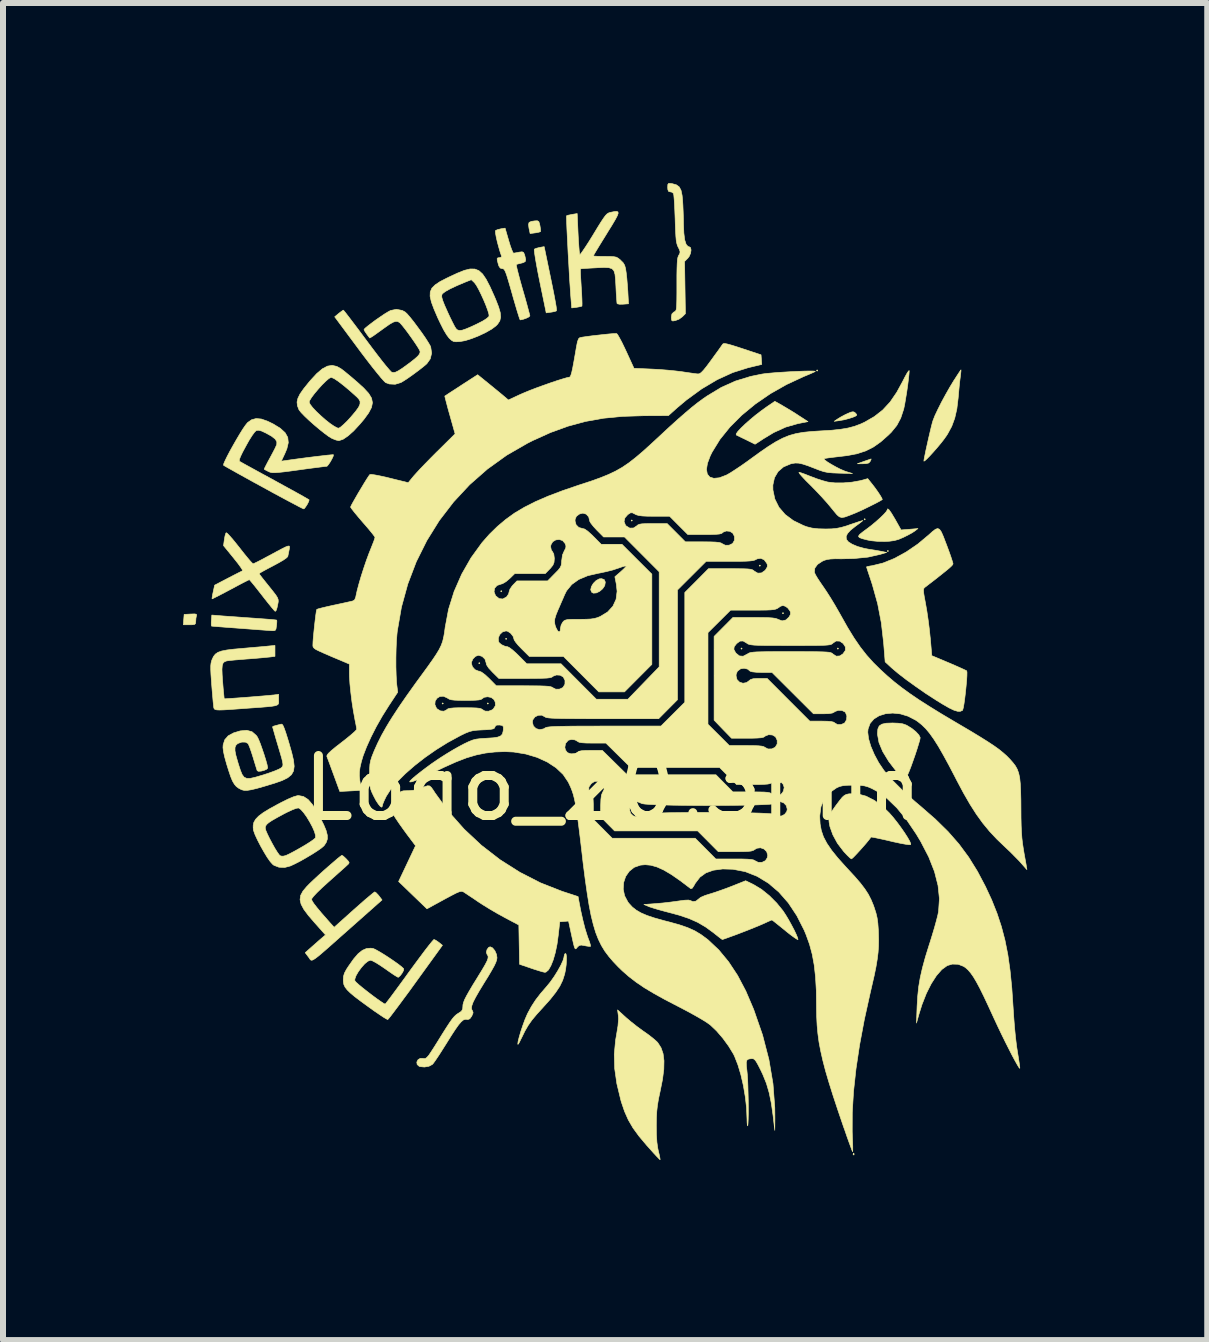
<source format=kicad_pcb>
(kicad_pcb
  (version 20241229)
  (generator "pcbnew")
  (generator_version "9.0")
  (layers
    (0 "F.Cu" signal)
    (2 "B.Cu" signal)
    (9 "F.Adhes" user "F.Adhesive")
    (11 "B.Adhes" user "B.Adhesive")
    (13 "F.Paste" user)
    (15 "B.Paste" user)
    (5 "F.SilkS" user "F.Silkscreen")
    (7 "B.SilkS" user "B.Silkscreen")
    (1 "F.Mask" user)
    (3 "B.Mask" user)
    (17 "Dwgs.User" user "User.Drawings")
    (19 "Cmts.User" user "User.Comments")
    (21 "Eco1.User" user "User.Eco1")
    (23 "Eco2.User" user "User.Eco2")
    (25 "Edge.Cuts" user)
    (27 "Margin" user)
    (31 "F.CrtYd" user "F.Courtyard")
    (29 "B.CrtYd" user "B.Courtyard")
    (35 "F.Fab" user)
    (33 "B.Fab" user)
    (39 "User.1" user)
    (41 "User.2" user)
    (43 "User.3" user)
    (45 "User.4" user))
  (footprint "Logo_20,3mm"
    (layer "F.Cu")
    (at 7.16 10.082)
    (property "Reference" "Logo_20,3mm" (at 0 0 0) (layer "F.SilkS") (effects (font (size 1 1) (thickness 0.15))))
    (attr exclude_from_pos_files exclude_from_bom)
    (fp_poly (pts (xy -2.824 -1.412) (xy -2.835 -1.402) (xy -2.845 -1.412) (xy -2.835 -1.422) (xy -2.824 -1.412)) (stroke (width 0.01) (type solid)) (fill yes) (layer "F.SilkS"))
    (fp_poly (pts (xy -2.215 -2.083) (xy -2.225 -2.073) (xy -2.235 -2.083) (xy -2.225 -2.093) (xy -2.215 -2.083)) (stroke (width 0.01) (type solid)) (fill yes) (layer "F.SilkS"))
    (fp_poly (pts (xy -2.073 -1.412) (xy -2.083 -1.402) (xy -2.093 -1.412) (xy -2.083 -1.422) (xy -2.073 -1.412)) (stroke (width 0.01) (type solid)) (fill yes) (layer "F.SilkS"))
    (fp_poly (pts (xy -1.849 -3.282) (xy -1.859 -3.272) (xy -1.869 -3.282) (xy -1.859 -3.292) (xy -1.849 -3.282)) (stroke (width 0.01) (type solid)) (fill yes) (layer "F.SilkS"))
    (fp_poly (pts (xy -1.768 -2.489) (xy -1.778 -2.479) (xy -1.788 -2.489) (xy -1.778 -2.499) (xy -1.768 -2.489)) (stroke (width 0.01) (type solid)) (fill yes) (layer "F.SilkS"))
    (fp_poly (pts (xy -0.264 0.01) (xy -0.274 0.02) (xy -0.284 0.01) (xy -0.274 0) (xy -0.264 0.01)) (stroke (width 0.01) (type solid)) (fill yes) (layer "F.SilkS"))
    (fp_poly (pts (xy 0.325 -4.46) (xy 0.315 -4.45) (xy 0.305 -4.46) (xy 0.315 -4.47) (xy 0.325 -4.46)) (stroke (width 0.01) (type solid)) (fill yes) (layer "F.SilkS"))
    (fp_poly (pts (xy 0.406 0.356) (xy 0.396 0.366) (xy 0.386 0.356) (xy 0.396 0.345) (xy 0.406 0.356)) (stroke (width 0.01) (type solid)) (fill yes) (layer "F.SilkS"))
    (fp_poly (pts (xy 2.154 -2.327) (xy 2.144 -2.316) (xy 2.134 -2.327) (xy 2.144 -2.337) (xy 2.154 -2.327)) (stroke (width 0.01) (type solid)) (fill yes) (layer "F.SilkS"))
    (fp_poly (pts (xy 2.459 -3.708) (xy 2.449 -3.698) (xy 2.438 -3.708) (xy 2.449 -3.719) (xy 2.459 -3.708)) (stroke (width 0.01) (type solid)) (fill yes) (layer "F.SilkS"))
    (fp_poly (pts (xy 2.845 -2.916) (xy 2.835 -2.906) (xy 2.824 -2.916) (xy 2.835 -2.926) (xy 2.845 -2.916)) (stroke (width 0.01) (type solid)) (fill yes) (layer "F.SilkS"))
    (fp_poly (pts (xy 3.414 -6.96) (xy 3.404 -6.949) (xy 3.393 -6.96) (xy 3.404 -6.97) (xy 3.414 -6.96)) (stroke (width 0.01) (type solid)) (fill yes) (layer "F.SilkS"))
    (fp_poly (pts (xy 3.759 -2.327) (xy 3.749 -2.316) (xy 3.739 -2.327) (xy 3.749 -2.337) (xy 3.759 -2.327)) (stroke (width 0.01) (type solid)) (fill yes) (layer "F.SilkS"))
    (fp_poly (pts (xy 4.206 -4.481) (xy 4.196 -4.47) (xy 4.186 -4.481) (xy 4.196 -4.491) (xy 4.206 -4.481)) (stroke (width 0.01) (type solid)) (fill yes) (layer "F.SilkS"))
    (fp_poly (pts (xy 4.592 -3.952) (xy 4.582 -3.942) (xy 4.572 -3.952) (xy 4.582 -3.962) (xy 4.592 -3.952)) (stroke (width 0.01) (type solid)) (fill yes) (layer "F.SilkS"))
    (fp_poly (pts (xy 4.017 6.082) (xy 4.019 6.107) (xy 4.017 6.11) (xy 4.005 6.107) (xy 4.003 6.096) (xy 4.01 6.079) (xy 4.017 6.082)) (stroke (width 0.01) (type solid)) (fill yes) (layer "F.SilkS"))
    (fp_poly (pts (xy 4.3 -5.471) (xy 4.288 -5.446) (xy 4.264 -5.419) (xy 4.221 -5.408) (xy 4.17 -5.406) (xy 4.074 -5.406) (xy 4.186 -5.446) (xy 4.247 -5.467) (xy 4.29 -5.482) (xy 4.303 -5.486) (xy 4.3 -5.471)) (stroke (width 0.01) (type solid)) (fill yes) (layer "F.SilkS"))
    (fp_poly (pts (xy -6.94 -2.899) (xy -6.934 -2.885) (xy -6.937 -2.875) (xy -6.946 -2.83) (xy -6.949 -2.782) (xy -6.952 -2.747) (xy -6.966 -2.73) (xy -7.002 -2.724) (xy -7.052 -2.723) (xy -7.155 -2.723) (xy -7.149 -2.809) (xy -7.142 -2.896) (xy -7.033 -2.902) (xy -6.97 -2.904) (xy -6.94 -2.899)) (stroke (width 0.01) (type solid)) (fill yes) (layer "F.SilkS"))
    (fp_poly (pts (xy -0.145 -3.477) (xy -0.127 -3.439) (xy -0.126 -3.429) (xy -0.135 -3.375) (xy -0.17 -3.323) (xy -0.219 -3.281) (xy -0.274 -3.254) (xy -0.324 -3.25) (xy -0.352 -3.265) (xy -0.369 -3.306) (xy -0.357 -3.359) (xy -0.325 -3.413) (xy -0.279 -3.459) (xy -0.226 -3.488) (xy -0.188 -3.491) (xy -0.145 -3.477)) (stroke (width 0.01) (type solid)) (fill yes) (layer "F.SilkS"))
    (fp_poly (pts (xy -1.234 -9.441) (xy -1.221 -9.404) (xy -1.214 -9.371) (xy -1.205 -9.315) (xy -1.204 -9.279) (xy -1.206 -9.273) (xy -1.231 -9.264) (xy -1.28 -9.254) (xy -1.297 -9.252) (xy -1.378 -9.241) (xy -1.397 -9.33) (xy -1.405 -9.392) (xy -1.395 -9.427) (xy -1.356 -9.444) (xy -1.301 -9.452) (xy -1.258 -9.454) (xy -1.234 -9.441)) (stroke (width 0.01) (type solid)) (fill yes) (layer "F.SilkS"))
    (fp_poly (pts (xy 4.028 -6.263) (xy 4.033 -6.259) (xy 4.059 -6.231) (xy 4.064 -6.217) (xy 4.046 -6.201) (xy 3.998 -6.18) (xy 3.931 -6.159) (xy 3.856 -6.139) (xy 3.783 -6.126) (xy 3.78 -6.125) (xy 3.688 -6.113) (xy 3.745 -6.152) (xy 3.797 -6.184) (xy 3.866 -6.221) (xy 3.902 -6.238) (xy 3.964 -6.265) (xy 4.002 -6.272) (xy 4.028 -6.263)) (stroke (width 0.01) (type solid)) (fill yes) (layer "F.SilkS"))
    (fp_poly (pts (xy -1.082 -8.723) (xy -1.039 -8.515) (xy -1.004 -8.344) (xy -0.977 -8.208) (xy -0.958 -8.104) (xy -0.945 -8.029) (xy -0.939 -7.981) (xy -0.939 -7.957) (xy -0.94 -7.953) (xy -0.966 -7.943) (xy -1.016 -7.933) (xy -1.031 -7.931) (xy -1.11 -7.92) (xy -1.218 -8.443) (xy -1.246 -8.583) (xy -1.27 -8.711) (xy -1.289 -8.819) (xy -1.302 -8.904) (xy -1.309 -8.96) (xy -1.308 -8.981) (xy -1.277 -8.995) (xy -1.226 -9.008) (xy -1.217 -9.01) (xy -1.144 -9.023) (xy -1.082 -8.723)) (stroke (width 0.01) (type solid)) (fill yes) (layer "F.SilkS"))
    (fp_poly (pts (xy 2.818 -6.379) (xy 2.892 -6.335) (xy 2.984 -6.28) (xy 3.074 -6.223) (xy 3.093 -6.21) (xy 3.251 -6.108) (xy 3.081 -6.074) (xy 2.881 -6.017) (xy 2.681 -5.926) (xy 2.507 -5.821) (xy 2.444 -5.779) (xy 2.396 -5.748) (xy 2.371 -5.732) (xy 2.37 -5.731) (xy 2.352 -5.74) (xy 2.306 -5.763) (xy 2.241 -5.795) (xy 2.215 -5.808) (xy 2.144 -5.842) (xy 2.089 -5.869) (xy 2.059 -5.884) (xy 2.056 -5.886) (xy 2.056 -5.905) (xy 2.084 -5.945) (xy 2.135 -6) (xy 2.204 -6.066) (xy 2.286 -6.139) (xy 2.376 -6.214) (xy 2.471 -6.287) (xy 2.561 -6.352) (xy 2.699 -6.446) (xy 2.818 -6.379)) (stroke (width 0.01) (type solid)) (fill yes) (layer "F.SilkS"))
    (fp_poly (pts (xy 4.604 -4.636) (xy 4.643 -4.58) (xy 4.698 -4.488) (xy 4.704 -4.478) (xy 4.802 -4.303) (xy 4.943 -4.314) (xy 5.083 -4.326) (xy 5.032 -4.286) (xy 4.988 -4.257) (xy 4.921 -4.22) (xy 4.845 -4.182) (xy 4.843 -4.181) (xy 4.761 -4.146) (xy 4.689 -4.126) (xy 4.608 -4.115) (xy 4.532 -4.111) (xy 4.412 -4.113) (xy 4.299 -4.124) (xy 4.24 -4.136) (xy 4.155 -4.158) (xy 4.106 -4.177) (xy 4.092 -4.199) (xy 4.113 -4.229) (xy 4.168 -4.273) (xy 4.221 -4.312) (xy 4.299 -4.371) (xy 4.379 -4.437) (xy 4.452 -4.502) (xy 4.513 -4.561) (xy 4.555 -4.608) (xy 4.572 -4.636) (xy 4.572 -4.637) (xy 4.58 -4.655) (xy 4.604 -4.636)) (stroke (width 0.01) (type solid)) (fill yes) (layer "F.SilkS"))
    (fp_poly (pts (xy -6.546 -2.874) (xy -6.483 -2.869) (xy -6.388 -2.862) (xy -6.271 -2.854) (xy -6.14 -2.844) (xy -6.008 -2.835) (xy -5.885 -2.826) (xy -5.776 -2.818) (xy -5.688 -2.811) (xy -5.628 -2.805) (xy -5.601 -2.801) (xy -5.6 -2.801) (xy -5.598 -2.778) (xy -5.601 -2.73) (xy -5.604 -2.708) (xy -5.612 -2.653) (xy -5.627 -2.629) (xy -5.656 -2.624) (xy -5.666 -2.624) (xy -5.701 -2.626) (xy -5.771 -2.631) (xy -5.867 -2.638) (xy -5.985 -2.647) (xy -6.118 -2.657) (xy -6.198 -2.663) (xy -6.333 -2.673) (xy -6.454 -2.682) (xy -6.555 -2.69) (xy -6.631 -2.696) (xy -6.676 -2.7) (xy -6.685 -2.701) (xy -6.69 -2.72) (xy -6.69 -2.767) (xy -6.688 -2.794) (xy -6.681 -2.885) (xy -6.546 -2.874)) (stroke (width 0.01) (type solid)) (fill yes) (layer "F.SilkS"))
    (fp_poly (pts (xy 4.661 -1.087) (xy 4.758 -1.083) (xy 4.829 -1.073) (xy 4.886 -1.053) (xy 4.907 -1.042) (xy 4.984 -0.994) (xy 5.05 -0.94) (xy 5.098 -0.888) (xy 5.12 -0.845) (xy 5.12 -0.839) (xy 5.114 -0.804) (xy 5.095 -0.74) (xy 5.069 -0.655) (xy 5.037 -0.558) (xy 5.002 -0.458) (xy 4.968 -0.363) (xy 4.937 -0.283) (xy 4.918 -0.239) (xy 4.891 -0.184) (xy 4.867 -0.149) (xy 4.857 -0.142) (xy 4.837 -0.157) (xy 4.798 -0.196) (xy 4.749 -0.251) (xy 4.733 -0.269) (xy 4.596 -0.448) (xy 4.496 -0.612) (xy 4.434 -0.761) (xy 4.41 -0.894) (xy 4.409 -0.912) (xy 4.415 -0.986) (xy 4.438 -1.037) (xy 4.482 -1.067) (xy 4.554 -1.083) (xy 4.66 -1.087) (xy 4.661 -1.087)) (stroke (width 0.01) (type solid)) (fill yes) (layer "F.SilkS"))
    (fp_poly (pts (xy 5.8 -6.952) (xy 5.795 -6.904) (xy 5.789 -6.853) (xy 5.78 -6.784) (xy 5.77 -6.688) (xy 5.76 -6.58) (xy 5.753 -6.5) (xy 5.731 -6.318) (xy 5.696 -6.165) (xy 5.646 -6.029) (xy 5.576 -5.9) (xy 5.559 -5.874) (xy 5.521 -5.82) (xy 5.47 -5.754) (xy 5.411 -5.683) (xy 5.349 -5.612) (xy 5.29 -5.547) (xy 5.239 -5.494) (xy 5.202 -5.46) (xy 5.184 -5.449) (xy 5.182 -5.451) (xy 5.186 -5.482) (xy 5.198 -5.543) (xy 5.215 -5.627) (xy 5.237 -5.726) (xy 5.26 -5.829) (xy 5.284 -5.931) (xy 5.305 -6.02) (xy 5.323 -6.09) (xy 5.334 -6.126) (xy 5.365 -6.205) (xy 5.414 -6.309) (xy 5.474 -6.429) (xy 5.543 -6.556) (xy 5.614 -6.681) (xy 5.683 -6.795) (xy 5.692 -6.808) (xy 5.737 -6.878) (xy 5.773 -6.933) (xy 5.795 -6.965) (xy 5.8 -6.97) (xy 5.8 -6.952)) (stroke (width 0.01) (type solid)) (fill yes) (layer "F.SilkS"))
    (fp_poly (pts (xy -0.78 2.762) (xy -0.773 2.802) (xy -0.773 2.864) (xy -0.777 2.94) (xy -0.787 3.019) (xy -0.802 3.093) (xy -0.804 3.1) (xy -0.836 3.2) (xy -0.884 3.299) (xy -0.952 3.402) (xy -1.043 3.517) (xy -1.162 3.65) (xy -1.162 3.65) (xy -1.266 3.764) (xy -1.347 3.861) (xy -1.411 3.952) (xy -1.466 4.047) (xy -1.519 4.156) (xy -1.529 4.175) (xy -1.556 4.231) (xy -1.576 4.264) (xy -1.584 4.265) (xy -1.584 4.264) (xy -1.578 4.216) (xy -1.559 4.141) (xy -1.532 4.049) (xy -1.499 3.951) (xy -1.465 3.857) (xy -1.431 3.778) (xy -1.42 3.753) (xy -1.356 3.635) (xy -1.287 3.529) (xy -1.205 3.422) (xy -1.104 3.305) (xy -1.041 3.228) (xy -0.976 3.136) (xy -0.917 3.041) (xy -0.866 2.949) (xy -0.83 2.87) (xy -0.813 2.812) (xy -0.813 2.803) (xy -0.803 2.765) (xy -0.792 2.753) (xy -0.78 2.762)) (stroke (width 0.01) (type solid)) (fill yes) (layer "F.SilkS"))
    (fp_poly (pts (xy 3.132 -5.256) (xy 3.189 -5.236) (xy 3.263 -5.207) (xy 3.297 -5.194) (xy 3.391 -5.158) (xy 3.489 -5.126) (xy 3.573 -5.103) (xy 3.586 -5.1) (xy 3.702 -5.087) (xy 3.84 -5.087) (xy 3.984 -5.099) (xy 4.118 -5.123) (xy 4.14 -5.129) (xy 4.247 -5.158) (xy 4.315 -5.073) (xy 4.366 -5.007) (xy 4.414 -4.94) (xy 4.454 -4.879) (xy 4.481 -4.833) (xy 4.489 -4.81) (xy 4.489 -4.809) (xy 4.455 -4.788) (xy 4.394 -4.755) (xy 4.315 -4.715) (xy 4.228 -4.672) (xy 4.143 -4.631) (xy 4.069 -4.598) (xy 4.032 -4.582) (xy 3.934 -4.543) (xy 3.864 -4.518) (xy 3.814 -4.51) (xy 3.774 -4.522) (xy 3.735 -4.555) (xy 3.687 -4.612) (xy 3.64 -4.67) (xy 3.57 -4.754) (xy 3.481 -4.853) (xy 3.384 -4.956) (xy 3.292 -5.05) (xy 3.287 -5.055) (xy 3.214 -5.127) (xy 3.156 -5.189) (xy 3.116 -5.235) (xy 3.1 -5.26) (xy 3.102 -5.263) (xy 3.132 -5.256)) (stroke (width 0.01) (type solid)) (fill yes) (layer "F.SilkS"))
    (fp_poly (pts (xy 0.217 3.819) (xy 0.301 3.89) (xy 0.401 3.969) (xy 0.499 4.041) (xy 0.524 4.058) (xy 0.604 4.115) (xy 0.677 4.173) (xy 0.733 4.222) (xy 0.75 4.241) (xy 0.803 4.324) (xy 0.837 4.422) (xy 0.852 4.541) (xy 0.849 4.683) (xy 0.827 4.854) (xy 0.789 5.044) (xy 0.761 5.175) (xy 0.743 5.284) (xy 0.732 5.383) (xy 0.726 5.49) (xy 0.724 5.618) (xy 0.726 5.773) (xy 0.734 5.896) (xy 0.748 5.996) (xy 0.758 6.043) (xy 0.775 6.113) (xy 0.785 6.165) (xy 0.788 6.189) (xy 0.787 6.189) (xy 0.773 6.177) (xy 0.736 6.139) (xy 0.681 6.08) (xy 0.614 6.005) (xy 0.562 5.947) (xy 0.436 5.797) (xy 0.336 5.66) (xy 0.258 5.526) (xy 0.195 5.384) (xy 0.141 5.225) (xy 0.132 5.192) (xy 0.067 4.923) (xy 0.031 4.672) (xy 0.024 4.433) (xy 0.046 4.198) (xy 0.062 4.105) (xy 0.086 3.958) (xy 0.095 3.844) (xy 0.092 3.792) (xy 0.079 3.693) (xy 0.217 3.819)) (stroke (width 0.01) (type solid)) (fill yes) (layer "F.SilkS"))
    (fp_poly (pts (xy 4.078 0.094) (xy 4.219 0.132) (xy 4.364 0.207) (xy 4.507 0.316) (xy 4.605 0.411) (xy 4.668 0.483) (xy 4.734 0.566) (xy 4.799 0.654) (xy 4.859 0.74) (xy 4.909 0.818) (xy 4.945 0.881) (xy 4.963 0.924) (xy 4.962 0.939) (xy 4.936 0.941) (xy 4.876 0.933) (xy 4.788 0.917) (xy 4.676 0.893) (xy 4.626 0.881) (xy 4.519 0.856) (xy 4.426 0.836) (xy 4.355 0.821) (xy 4.312 0.814) (xy 4.302 0.814) (xy 4.266 0.861) (xy 4.216 0.922) (xy 4.158 0.988) (xy 4.099 1.054) (xy 4.045 1.112) (xy 4.003 1.155) (xy 3.978 1.176) (xy 3.975 1.177) (xy 3.952 1.162) (xy 3.911 1.123) (xy 3.859 1.068) (xy 3.843 1.05) (xy 3.742 0.917) (xy 3.666 0.777) (xy 3.617 0.641) (xy 3.603 0.565) (xy 3.599 0.516) (xy 3.601 0.478) (xy 3.613 0.441) (xy 3.64 0.396) (xy 3.684 0.333) (xy 3.721 0.281) (xy 3.78 0.203) (xy 3.822 0.151) (xy 3.856 0.121) (xy 3.888 0.104) (xy 3.927 0.095) (xy 3.942 0.093) (xy 4.078 0.094)) (stroke (width 0.01) (type solid)) (fill yes) (layer "F.SilkS"))
    (fp_poly (pts (xy -1.734 -9.121) (xy -1.708 -9.036) (xy -1.683 -8.968) (xy -1.664 -8.925) (xy -1.654 -8.914) (xy -1.623 -8.919) (xy -1.571 -8.929) (xy -1.561 -8.931) (xy -1.512 -8.937) (xy -1.487 -8.926) (xy -1.471 -8.889) (xy -1.465 -8.868) (xy -1.452 -8.808) (xy -1.46 -8.774) (xy -1.494 -8.756) (xy -1.529 -8.747) (xy -1.578 -8.735) (xy -1.607 -8.726) (xy -1.608 -8.725) (xy -1.606 -8.705) (xy -1.595 -8.651) (xy -1.574 -8.569) (xy -1.547 -8.466) (xy -1.514 -8.348) (xy -1.502 -8.306) (xy -1.466 -8.182) (xy -1.435 -8.071) (xy -1.41 -7.978) (xy -1.392 -7.911) (xy -1.383 -7.874) (xy -1.382 -7.87) (xy -1.399 -7.852) (xy -1.441 -7.831) (xy -1.492 -7.813) (xy -1.538 -7.803) (xy -1.544 -7.803) (xy -1.553 -7.822) (xy -1.57 -7.874) (xy -1.595 -7.954) (xy -1.625 -8.056) (xy -1.66 -8.175) (xy -1.675 -8.23) (xy -1.715 -8.37) (xy -1.746 -8.475) (xy -1.77 -8.552) (xy -1.789 -8.603) (xy -1.805 -8.634) (xy -1.819 -8.65) (xy -1.834 -8.656) (xy -1.842 -8.656) (xy -1.876 -8.666) (xy -1.899 -8.701) (xy -1.909 -8.733) (xy -1.925 -8.794) (xy -1.927 -8.825) (xy -1.914 -8.837) (xy -1.888 -8.839) (xy -1.856 -8.849) (xy -1.854 -8.865) (xy -1.878 -8.935) (xy -1.902 -9.018) (xy -1.925 -9.103) (xy -1.943 -9.183) (xy -1.954 -9.246) (xy -1.957 -9.284) (xy -1.955 -9.29) (xy -1.924 -9.305) (xy -1.872 -9.318) (xy -1.866 -9.32) (xy -1.795 -9.331) (xy -1.734 -9.121)) (stroke (width 0.01) (type solid)) (fill yes) (layer "F.SilkS"))
    (fp_poly (pts (xy 2.351 1.609) (xy 2.477 1.685) (xy 2.607 1.79) (xy 2.73 1.913) (xy 2.834 2.041) (xy 2.878 2.108) (xy 2.927 2.189) (xy 2.975 2.276) (xy 3.02 2.361) (xy 3.055 2.435) (xy 3.078 2.491) (xy 3.085 2.521) (xy 3.085 2.522) (xy 3.068 2.516) (xy 3.026 2.489) (xy 2.964 2.444) (xy 2.889 2.385) (xy 2.868 2.367) (xy 2.79 2.304) (xy 2.724 2.251) (xy 2.676 2.213) (xy 2.652 2.195) (xy 2.65 2.195) (xy 2.63 2.202) (xy 2.582 2.223) (xy 2.515 2.254) (xy 2.485 2.267) (xy 2.427 2.292) (xy 2.348 2.324) (xy 2.254 2.362) (xy 2.153 2.401) (xy 2.054 2.439) (xy 1.963 2.472) (xy 1.889 2.499) (xy 1.84 2.516) (xy 1.823 2.52) (xy 1.805 2.508) (xy 1.763 2.476) (xy 1.705 2.43) (xy 1.675 2.406) (xy 1.546 2.312) (xy 1.415 2.235) (xy 1.271 2.171) (xy 1.104 2.115) (xy 0.967 2.078) (xy 0.857 2.049) (xy 0.755 2.021) (xy 0.669 1.995) (xy 0.61 1.976) (xy 0.601 1.972) (xy 0.518 1.937) (xy 0.719 1.922) (xy 0.833 1.912) (xy 0.956 1.898) (xy 1.068 1.883) (xy 1.095 1.879) (xy 1.193 1.866) (xy 1.259 1.863) (xy 1.289 1.87) (xy 1.333 1.889) (xy 1.385 1.881) (xy 1.425 1.849) (xy 1.464 1.818) (xy 1.536 1.787) (xy 1.605 1.765) (xy 1.689 1.739) (xy 1.794 1.703) (xy 1.907 1.662) (xy 1.985 1.632) (xy 2.213 1.541) (xy 2.351 1.609)) (stroke (width 0.01) (type solid)) (fill yes) (layer "F.SilkS"))
    (fp_poly (pts (xy -4.491 1.131) (xy -4.454 1.165) (xy -4.44 1.179) (xy -4.404 1.219) (xy -4.393 1.242) (xy -4.406 1.263) (xy -4.421 1.277) (xy -4.448 1.302) (xy -4.5 1.349) (xy -4.572 1.413) (xy -4.656 1.488) (xy -4.74 1.563) (xy -4.846 1.659) (xy -4.929 1.739) (xy -4.986 1.8) (xy -5.016 1.84) (xy -5.019 1.85) (xy -5.01 1.877) (xy -4.982 1.921) (xy -4.933 1.984) (xy -4.861 2.071) (xy -4.764 2.182) (xy -4.712 2.241) (xy -4.643 2.317) (xy -4.314 2.022) (xy -4.216 1.936) (xy -4.129 1.859) (xy -4.055 1.797) (xy -4.001 1.752) (xy -3.97 1.729) (xy -3.966 1.727) (xy -3.943 1.742) (xy -3.908 1.779) (xy -3.896 1.794) (xy -3.845 1.861) (xy -4.383 2.338) (xy -4.538 2.475) (xy -4.665 2.588) (xy -4.768 2.679) (xy -4.849 2.749) (xy -4.911 2.801) (xy -4.957 2.836) (xy -4.99 2.857) (xy -5.013 2.866) (xy -5.029 2.864) (xy -5.041 2.855) (xy -5.052 2.839) (xy -5.065 2.819) (xy -5.07 2.813) (xy -5.125 2.74) (xy -5.016 2.643) (xy -4.951 2.586) (xy -4.889 2.531) (xy -4.847 2.495) (xy -4.787 2.444) (xy -4.966 2.243) (xy -5.072 2.12) (xy -5.148 2.018) (xy -5.194 1.932) (xy -5.211 1.856) (xy -5.201 1.785) (xy -5.163 1.714) (xy -5.099 1.638) (xy -5.055 1.593) (xy -4.986 1.527) (xy -4.906 1.453) (xy -4.821 1.376) (xy -4.736 1.301) (xy -4.657 1.233) (xy -4.591 1.176) (xy -4.541 1.136) (xy -4.515 1.118) (xy -4.513 1.118) (xy -4.491 1.131)) (stroke (width 0.01) (type solid)) (fill yes) (layer "F.SilkS"))
    (fp_poly (pts (xy 0.968 -10.075) (xy 0.989 -10.072) (xy 1.058 -10.053) (xy 1.105 -10.019) (xy 1.136 -9.962) (xy 1.154 -9.876) (xy 1.161 -9.809) (xy 1.167 -9.716) (xy 1.172 -9.6) (xy 1.176 -9.478) (xy 1.177 -9.402) (xy 1.183 -9.25) (xy 1.197 -9.136) (xy 1.221 -9.061) (xy 1.253 -9.025) (xy 1.269 -9.022) (xy 1.295 -9.006) (xy 1.303 -8.966) (xy 1.295 -8.913) (xy 1.272 -8.86) (xy 1.248 -8.829) (xy 1.195 -8.776) (xy 1.202 -8.341) (xy 1.209 -7.906) (xy 1.158 -7.855) (xy 1.103 -7.815) (xy 1.041 -7.791) (xy 0.997 -7.784) (xy 0.979 -7.797) (xy 0.975 -7.84) (xy 0.975 -7.846) (xy 0.984 -7.901) (xy 1.013 -7.931) (xy 1.021 -7.935) (xy 1.036 -7.943) (xy 1.047 -7.954) (xy 1.056 -7.974) (xy 1.061 -8.009) (xy 1.064 -8.063) (xy 1.066 -8.143) (xy 1.067 -8.252) (xy 1.067 -8.393) (xy 1.067 -8.542) (xy 1.069 -8.656) (xy 1.072 -8.74) (xy 1.076 -8.8) (xy 1.083 -8.841) (xy 1.093 -8.869) (xy 1.1 -8.881) (xy 1.118 -8.915) (xy 1.119 -8.945) (xy 1.102 -8.989) (xy 1.091 -9.009) (xy 1.076 -9.042) (xy 1.065 -9.08) (xy 1.056 -9.129) (xy 1.05 -9.197) (xy 1.045 -9.29) (xy 1.04 -9.413) (xy 1.038 -9.487) (xy 1.033 -9.612) (xy 1.028 -9.723) (xy 1.022 -9.814) (xy 1.016 -9.879) (xy 1.01 -9.91) (xy 1.01 -9.911) (xy 0.977 -9.933) (xy 0.954 -9.936) (xy 0.927 -9.945) (xy 0.916 -9.976) (xy 0.914 -10.01) (xy 0.916 -10.058) (xy 0.93 -10.077) (xy 0.968 -10.075)) (stroke (width 0.01) (type solid)) (fill yes) (layer "F.SilkS"))
    (fp_poly (pts (xy -4.598 -7.027) (xy -4.525 -6.986) (xy -4.484 -6.955) (xy -4.422 -6.904) (xy -4.346 -6.841) (xy -4.265 -6.771) (xy -4.263 -6.77) (xy -4.149 -6.666) (xy -4.068 -6.578) (xy -4.02 -6.499) (xy -4.005 -6.423) (xy -4.021 -6.343) (xy -4.069 -6.252) (xy -4.147 -6.145) (xy -4.214 -6.066) (xy -4.316 -5.955) (xy -4.41 -5.871) (xy -4.492 -5.815) (xy -4.559 -5.792) (xy -4.57 -5.792) (xy -4.609 -5.8) (xy -4.663 -5.821) (xy -4.678 -5.827) (xy -4.73 -5.858) (xy -4.801 -5.91) (xy -4.884 -5.976) (xy -4.972 -6.05) (xy -5.057 -6.125) (xy -5.133 -6.197) (xy -5.192 -6.258) (xy -5.227 -6.302) (xy -5.231 -6.31) (xy -5.255 -6.373) (xy -5.261 -6.433) (xy -5.261 -6.434) (xy -5.06 -6.434) (xy -5.044 -6.397) (xy -5.003 -6.343) (xy -4.942 -6.278) (xy -4.868 -6.208) (xy -4.79 -6.139) (xy -4.713 -6.078) (xy -4.644 -6.031) (xy -4.591 -6.003) (xy -4.566 -5.998) (xy -4.536 -6.016) (xy -4.487 -6.058) (xy -4.425 -6.118) (xy -4.365 -6.184) (xy -4.287 -6.276) (xy -4.236 -6.346) (xy -4.212 -6.401) (xy -4.211 -6.445) (xy -4.233 -6.485) (xy -4.262 -6.516) (xy -4.38 -6.622) (xy -4.485 -6.71) (xy -4.574 -6.779) (xy -4.642 -6.824) (xy -4.688 -6.844) (xy -4.697 -6.844) (xy -4.731 -6.826) (xy -4.782 -6.782) (xy -4.843 -6.722) (xy -4.907 -6.651) (xy -4.968 -6.579) (xy -5.018 -6.513) (xy -5.05 -6.461) (xy -5.06 -6.434) (xy -5.261 -6.434) (xy -5.247 -6.496) (xy -5.212 -6.568) (xy -5.151 -6.655) (xy -5.065 -6.762) (xy -5.039 -6.793) (xy -4.933 -6.908) (xy -4.84 -6.987) (xy -4.755 -7.032) (xy -4.676 -7.045) (xy -4.598 -7.027)) (stroke (width 0.01) (type solid)) (fill yes) (layer "F.SilkS"))
    (fp_poly (pts (xy -2.3 -8.65) (xy -2.232 -8.623) (xy -2.17 -8.567) (xy -2.111 -8.48) (xy -2.048 -8.359) (xy -1.978 -8.204) (xy -1.953 -8.146) (xy -1.904 -8.021) (xy -1.876 -7.925) (xy -1.869 -7.849) (xy -1.883 -7.787) (xy -1.919 -7.732) (xy -1.947 -7.703) (xy -2.019 -7.649) (xy -2.119 -7.592) (xy -2.233 -7.538) (xy -2.352 -7.491) (xy -2.461 -7.457) (xy -2.545 -7.442) (xy -2.613 -7.438) (xy -2.656 -7.444) (xy -2.691 -7.465) (xy -2.729 -7.501) (xy -2.768 -7.553) (xy -2.818 -7.636) (xy -2.873 -7.745) (xy -2.915 -7.833) (xy -2.979 -7.982) (xy -3.023 -8.1) (xy -3.044 -8.193) (xy -3.044 -8.206) (xy -2.852 -8.206) (xy -2.848 -8.172) (xy -2.833 -8.122) (xy -2.804 -8.048) (xy -2.758 -7.945) (xy -2.757 -7.942) (xy -2.713 -7.847) (xy -2.671 -7.762) (xy -2.637 -7.696) (xy -2.614 -7.659) (xy -2.612 -7.656) (xy -2.587 -7.634) (xy -2.554 -7.626) (xy -2.509 -7.631) (xy -2.445 -7.653) (xy -2.355 -7.691) (xy -2.27 -7.731) (xy -2.168 -7.783) (xy -2.099 -7.827) (xy -2.065 -7.859) (xy -2.062 -7.865) (xy -2.065 -7.9) (xy -2.084 -7.963) (xy -2.114 -8.044) (xy -2.152 -8.135) (xy -2.194 -8.227) (xy -2.236 -8.312) (xy -2.274 -8.38) (xy -2.306 -8.423) (xy -2.31 -8.427) (xy -2.358 -8.472) (xy -2.454 -8.434) (xy -2.596 -8.374) (xy -2.709 -8.321) (xy -2.79 -8.276) (xy -2.837 -8.24) (xy -2.845 -8.229) (xy -2.852 -8.206) (xy -3.044 -8.206) (xy -3.042 -8.268) (xy -3.015 -8.331) (xy -2.96 -8.386) (xy -2.878 -8.441) (xy -2.765 -8.499) (xy -2.728 -8.517) (xy -2.588 -8.582) (xy -2.473 -8.628) (xy -2.379 -8.651) (xy -2.3 -8.65)) (stroke (width 0.01) (type solid)) (fill yes) (layer "F.SilkS"))
    (fp_poly (pts (xy 5.443 -4.313) (xy 5.473 -4.27) (xy 5.506 -4.195) (xy 5.548 -4.085) (xy 5.56 -4.054) (xy 5.598 -3.952) (xy 5.63 -3.862) (xy 5.653 -3.791) (xy 5.666 -3.748) (xy 5.667 -3.739) (xy 5.662 -3.725) (xy 5.644 -3.704) (xy 5.609 -3.671) (xy 5.555 -3.626) (xy 5.479 -3.565) (xy 5.378 -3.485) (xy 5.248 -3.385) (xy 5.191 -3.341) (xy 5.18 -3.326) (xy 5.176 -3.301) (xy 5.178 -3.257) (xy 5.189 -3.188) (xy 5.208 -3.087) (xy 5.212 -3.064) (xy 5.233 -2.943) (xy 5.254 -2.799) (xy 5.273 -2.649) (xy 5.287 -2.513) (xy 5.288 -2.509) (xy 5.314 -2.208) (xy 5.598 -2.089) (xy 5.698 -2.046) (xy 5.784 -2.008) (xy 5.85 -1.978) (xy 5.889 -1.959) (xy 5.896 -1.955) (xy 5.9 -1.929) (xy 5.899 -1.872) (xy 5.894 -1.791) (xy 5.885 -1.696) (xy 5.875 -1.595) (xy 5.863 -1.496) (xy 5.851 -1.409) (xy 5.839 -1.341) (xy 5.828 -1.302) (xy 5.824 -1.296) (xy 5.788 -1.281) (xy 5.743 -1.282) (xy 5.683 -1.3) (xy 5.605 -1.337) (xy 5.504 -1.395) (xy 5.396 -1.461) (xy 5.218 -1.576) (xy 5.048 -1.694) (xy 4.891 -1.807) (xy 4.754 -1.913) (xy 4.645 -2.005) (xy 4.631 -2.018) (xy 4.537 -2.105) (xy 4.512 -2.416) (xy 4.473 -2.756) (xy 4.412 -3.074) (xy 4.325 -3.386) (xy 4.309 -3.436) (xy 4.278 -3.529) (xy 4.252 -3.607) (xy 4.234 -3.662) (xy 4.227 -3.687) (xy 4.227 -3.688) (xy 4.245 -3.694) (xy 4.29 -3.703) (xy 4.319 -3.707) (xy 4.499 -3.751) (xy 4.69 -3.828) (xy 4.886 -3.935) (xy 5.081 -4.068) (xy 5.264 -4.221) (xy 5.327 -4.278) (xy 5.375 -4.314) (xy 5.412 -4.327) (xy 5.443 -4.313)) (stroke (width 0.01) (type solid)) (fill yes) (layer "F.SilkS"))
    (fp_poly (pts (xy -5.629 -2.197) (xy -5.715 -2.186) (xy -5.767 -2.181) (xy -5.849 -2.173) (xy -5.951 -2.164) (xy -6.064 -2.155) (xy -6.096 -2.153) (xy -6.205 -2.144) (xy -6.302 -2.136) (xy -6.38 -2.128) (xy -6.428 -2.122) (xy -6.437 -2.12) (xy -6.471 -2.107) (xy -6.494 -2.084) (xy -6.507 -2.045) (xy -6.512 -1.983) (xy -6.509 -1.894) (xy -6.501 -1.77) (xy -6.5 -1.764) (xy -6.492 -1.665) (xy -6.484 -1.581) (xy -6.478 -1.521) (xy -6.475 -1.492) (xy -6.475 -1.49) (xy -6.455 -1.49) (xy -6.401 -1.494) (xy -6.322 -1.499) (xy -6.225 -1.506) (xy -6.116 -1.514) (xy -6.003 -1.523) (xy -5.894 -1.532) (xy -5.796 -1.54) (xy -5.716 -1.547) (xy -5.662 -1.553) (xy -5.654 -1.553) (xy -5.568 -1.564) (xy -5.568 -1.473) (xy -5.567 -1.442) (xy -5.568 -1.418) (xy -5.576 -1.399) (xy -5.595 -1.385) (xy -5.629 -1.374) (xy -5.683 -1.365) (xy -5.762 -1.357) (xy -5.87 -1.348) (xy -6.012 -1.338) (xy -6.096 -1.332) (xy -6.259 -1.32) (xy -6.386 -1.311) (xy -6.482 -1.305) (xy -6.551 -1.303) (xy -6.597 -1.305) (xy -6.626 -1.312) (xy -6.641 -1.323) (xy -6.648 -1.341) (xy -6.651 -1.365) (xy -6.653 -1.387) (xy -6.659 -1.439) (xy -6.666 -1.521) (xy -6.675 -1.623) (xy -6.684 -1.736) (xy -6.686 -1.769) (xy -6.695 -1.889) (xy -6.699 -1.976) (xy -6.699 -2.039) (xy -6.694 -2.085) (xy -6.684 -2.124) (xy -6.676 -2.146) (xy -6.652 -2.196) (xy -6.621 -2.235) (xy -6.578 -2.264) (xy -6.517 -2.286) (xy -6.431 -2.303) (xy -6.316 -2.317) (xy -6.19 -2.328) (xy -6.068 -2.339) (xy -5.951 -2.349) (xy -5.848 -2.358) (xy -5.771 -2.365) (xy -5.745 -2.368) (xy -5.629 -2.379) (xy -5.629 -2.197)) (stroke (width 0.01) (type solid)) (fill yes) (layer "F.SilkS"))
    (fp_poly (pts (xy -2.004 2.66) (xy -1.966 2.706) (xy -1.939 2.767) (xy -1.93 2.824) (xy -1.935 2.858) (xy -1.949 2.901) (xy -1.976 2.959) (xy -2.019 3.036) (xy -2.079 3.138) (xy -2.144 3.242) (xy -2.226 3.377) (xy -2.286 3.482) (xy -2.327 3.562) (xy -2.349 3.622) (xy -2.356 3.665) (xy -2.347 3.696) (xy -2.336 3.711) (xy -2.328 3.742) (xy -2.35 3.795) (xy -2.351 3.797) (xy -2.383 3.841) (xy -2.416 3.854) (xy -2.432 3.851) (xy -2.461 3.85) (xy -2.492 3.862) (xy -2.527 3.892) (xy -2.571 3.943) (xy -2.624 4.018) (xy -2.692 4.122) (xy -2.772 4.25) (xy -2.837 4.353) (xy -2.897 4.447) (xy -2.948 4.523) (xy -2.986 4.577) (xy -3.006 4.601) (xy -3.064 4.632) (xy -3.139 4.645) (xy -3.211 4.638) (xy -3.226 4.633) (xy -3.26 4.603) (xy -3.266 4.563) (xy -3.247 4.525) (xy -3.21 4.501) (xy -3.166 4.501) (xy -3.142 4.505) (xy -3.12 4.501) (xy -3.097 4.484) (xy -3.067 4.45) (xy -3.029 4.394) (xy -2.976 4.312) (xy -2.916 4.216) (xy -2.833 4.082) (xy -2.767 3.978) (xy -2.715 3.899) (xy -2.674 3.842) (xy -2.64 3.802) (xy -2.611 3.775) (xy -2.583 3.755) (xy -2.571 3.748) (xy -2.523 3.716) (xy -2.502 3.679) (xy -2.499 3.642) (xy -2.497 3.607) (xy -2.487 3.568) (xy -2.469 3.521) (xy -2.438 3.46) (xy -2.393 3.38) (xy -2.332 3.277) (xy -2.25 3.145) (xy -2.245 3.136) (xy -2.175 3.022) (xy -2.125 2.936) (xy -2.094 2.875) (xy -2.079 2.831) (xy -2.078 2.8) (xy -2.088 2.778) (xy -2.096 2.768) (xy -2.107 2.733) (xy -2.096 2.688) (xy -2.069 2.652) (xy -2.044 2.642) (xy -2.004 2.66)) (stroke (width 0.01) (type solid)) (fill yes) (layer "F.SilkS"))
    (fp_poly (pts (xy -5.154 0.138) (xy -5.077 0.188) (xy -5.003 0.274) (xy -4.962 0.339) (xy -4.878 0.487) (xy -4.817 0.608) (xy -4.777 0.704) (xy -4.757 0.782) (xy -4.756 0.846) (xy -4.774 0.901) (xy -4.807 0.952) (xy -4.814 0.96) (xy -4.854 0.995) (xy -4.921 1.042) (xy -5.008 1.098) (xy -5.106 1.156) (xy -5.206 1.213) (xy -5.301 1.262) (xy -5.372 1.295) (xy -5.467 1.32) (xy -5.563 1.316) (xy -5.646 1.284) (xy -5.666 1.269) (xy -5.706 1.225) (xy -5.757 1.153) (xy -5.812 1.062) (xy -5.868 0.963) (xy -5.919 0.864) (xy -5.96 0.776) (xy -5.985 0.707) (xy -5.99 0.685) (xy -5.991 0.664) (xy -5.791 0.664) (xy -5.782 0.701) (xy -5.756 0.762) (xy -5.719 0.838) (xy -5.676 0.919) (xy -5.632 0.998) (xy -5.591 1.064) (xy -5.558 1.11) (xy -5.542 1.125) (xy -5.515 1.132) (xy -5.485 1.131) (xy -5.445 1.12) (xy -5.389 1.094) (xy -5.311 1.053) (xy -5.218 1.001) (xy -5.127 0.948) (xy -5.049 0.899) (xy -4.99 0.858) (xy -4.957 0.83) (xy -4.954 0.826) (xy -4.953 0.786) (xy -4.971 0.723) (xy -5.005 0.645) (xy -5.05 0.561) (xy -5.1 0.478) (xy -5.151 0.407) (xy -5.198 0.354) (xy -5.235 0.329) (xy -5.239 0.329) (xy -5.276 0.335) (xy -5.341 0.36) (xy -5.423 0.398) (xy -5.482 0.428) (xy -5.596 0.49) (xy -5.678 0.537) (xy -5.734 0.574) (xy -5.768 0.604) (xy -5.785 0.631) (xy -5.791 0.658) (xy -5.791 0.664) (xy -5.991 0.664) (xy -5.992 0.624) (xy -5.981 0.569) (xy -5.951 0.517) (xy -5.9 0.464) (xy -5.824 0.407) (xy -5.719 0.343) (xy -5.581 0.267) (xy -5.52 0.235) (xy -5.411 0.181) (xy -5.321 0.143) (xy -5.256 0.124) (xy -5.238 0.122) (xy -5.154 0.138)) (stroke (width 0.01) (type solid)) (fill yes) (layer "F.SilkS"))
    (fp_poly (pts (xy -2.95 2.533) (xy -2.906 2.563) (xy -2.898 2.569) (xy -2.839 2.617) (xy -3.284 3.232) (xy -3.385 3.372) (xy -3.48 3.5) (xy -3.564 3.614) (xy -3.636 3.71) (xy -3.692 3.784) (xy -3.731 3.833) (xy -3.749 3.853) (xy -3.749 3.854) (xy -3.772 3.844) (xy -3.821 3.815) (xy -3.891 3.768) (xy -3.978 3.709) (xy -4.064 3.647) (xy -4.196 3.551) (xy -4.298 3.474) (xy -4.373 3.411) (xy -4.426 3.359) (xy -4.461 3.314) (xy -4.481 3.272) (xy -4.489 3.228) (xy -4.491 3.194) (xy -4.487 3.134) (xy -4.471 3.08) (xy -4.438 3.018) (xy -4.404 2.966) (xy -4.318 2.844) (xy -4.243 2.757) (xy -4.173 2.701) (xy -4.105 2.671) (xy -4.034 2.665) (xy -3.994 2.67) (xy -3.957 2.686) (xy -3.896 2.72) (xy -3.818 2.767) (xy -3.734 2.821) (xy -3.65 2.878) (xy -3.575 2.931) (xy -3.518 2.976) (xy -3.486 3.006) (xy -3.484 3.009) (xy -3.487 3.036) (xy -3.509 3.078) (xy -3.539 3.119) (xy -3.568 3.146) (xy -3.578 3.15) (xy -3.6 3.138) (xy -3.649 3.108) (xy -3.716 3.062) (xy -3.794 3.007) (xy -3.875 2.952) (xy -3.948 2.906) (xy -4.005 2.876) (xy -4.037 2.865) (xy -4.081 2.882) (xy -4.134 2.925) (xy -4.189 2.987) (xy -4.24 3.056) (xy -4.279 3.124) (xy -4.299 3.181) (xy -4.298 3.208) (xy -4.279 3.231) (xy -4.235 3.271) (xy -4.171 3.324) (xy -4.096 3.383) (xy -4.016 3.445) (xy -3.939 3.502) (xy -3.871 3.55) (xy -3.82 3.584) (xy -3.793 3.597) (xy -3.793 3.597) (xy -3.779 3.581) (xy -3.744 3.536) (xy -3.691 3.466) (xy -3.623 3.374) (xy -3.543 3.265) (xy -3.453 3.142) (xy -3.393 3.058) (xy -3.298 2.929) (xy -3.21 2.81) (xy -3.133 2.707) (xy -3.068 2.623) (xy -3.018 2.561) (xy -2.988 2.527) (xy -2.98 2.52) (xy -2.95 2.533)) (stroke (width 0.01) (type solid)) (fill yes) (layer "F.SilkS"))
    (fp_poly (pts (xy -6.423 -4.246) (xy -6.386 -4.207) (xy -6.332 -4.146) (xy -6.268 -4.067) (xy -6.217 -4.003) (xy -6.148 -3.915) (xy -6.086 -3.839) (xy -6.037 -3.781) (xy -6.004 -3.747) (xy -5.994 -3.739) (xy -5.971 -3.748) (xy -5.919 -3.773) (xy -5.845 -3.811) (xy -5.756 -3.859) (xy -5.716 -3.88) (xy -5.598 -3.944) (xy -5.511 -3.99) (xy -5.451 -4.02) (xy -5.413 -4.034) (xy -5.393 -4.035) (xy -5.386 -4.023) (xy -5.388 -3.999) (xy -5.393 -3.971) (xy -5.405 -3.911) (xy -5.415 -3.864) (xy -5.417 -3.858) (xy -5.438 -3.837) (xy -5.488 -3.802) (xy -5.561 -3.759) (xy -5.648 -3.712) (xy -5.659 -3.706) (xy -5.747 -3.66) (xy -5.819 -3.621) (xy -5.87 -3.592) (xy -5.892 -3.577) (xy -5.893 -3.576) (xy -5.881 -3.557) (xy -5.848 -3.513) (xy -5.798 -3.45) (xy -5.738 -3.375) (xy -5.729 -3.364) (xy -5.661 -3.279) (xy -5.615 -3.219) (xy -5.588 -3.176) (xy -5.576 -3.143) (xy -5.574 -3.114) (xy -5.577 -3.09) (xy -5.594 -3.008) (xy -5.609 -2.962) (xy -5.624 -2.947) (xy -5.625 -2.947) (xy -5.641 -2.962) (xy -5.678 -3.005) (xy -5.73 -3.069) (xy -5.794 -3.149) (xy -5.842 -3.211) (xy -5.911 -3.299) (xy -5.971 -3.375) (xy -6.018 -3.432) (xy -6.048 -3.467) (xy -6.057 -3.474) (xy -6.078 -3.465) (xy -6.128 -3.44) (xy -6.202 -3.402) (xy -6.293 -3.353) (xy -6.37 -3.312) (xy -6.47 -3.259) (xy -6.556 -3.214) (xy -6.624 -3.18) (xy -6.666 -3.159) (xy -6.677 -3.155) (xy -6.676 -3.176) (xy -6.668 -3.225) (xy -6.658 -3.272) (xy -6.634 -3.383) (xy -6.41 -3.5) (xy -6.323 -3.545) (xy -6.249 -3.583) (xy -6.195 -3.61) (xy -6.169 -3.623) (xy -6.168 -3.623) (xy -6.173 -3.64) (xy -6.2 -3.682) (xy -6.245 -3.744) (xy -6.304 -3.818) (xy -6.318 -3.836) (xy -6.486 -4.042) (xy -6.472 -4.144) (xy -6.461 -4.205) (xy -6.448 -4.247) (xy -6.441 -4.257) (xy -6.423 -4.246)) (stroke (width 0.01) (type solid)) (fill yes) (layer "F.SilkS"))
    (fp_poly (pts (xy -3.509 -7.96) (xy -3.462 -7.935) (xy -3.428 -7.904) (xy -3.378 -7.846) (xy -3.317 -7.77) (xy -3.251 -7.681) (xy -3.184 -7.59) (xy -3.123 -7.502) (xy -3.074 -7.425) (xy -3.041 -7.368) (xy -3.034 -7.349) (xy -3.019 -7.249) (xy -3.042 -7.153) (xy -3.1 -7.071) (xy -3.104 -7.068) (xy -3.157 -7.023) (xy -3.231 -6.965) (xy -3.316 -6.902) (xy -3.4 -6.842) (xy -3.475 -6.792) (xy -3.528 -6.76) (xy -3.53 -6.759) (xy -3.626 -6.73) (xy -3.725 -6.735) (xy -3.786 -6.758) (xy -3.812 -6.783) (xy -3.86 -6.836) (xy -3.925 -6.915) (xy -4.006 -7.016) (xy -4.098 -7.135) (xy -4.199 -7.268) (xy -4.238 -7.321) (xy -4.634 -7.854) (xy -4.568 -7.909) (xy -4.524 -7.943) (xy -4.495 -7.963) (xy -4.49 -7.965) (xy -4.475 -7.949) (xy -4.44 -7.905) (xy -4.387 -7.836) (xy -4.318 -7.745) (xy -4.237 -7.638) (xy -4.148 -7.518) (xy -4.104 -7.459) (xy -4.009 -7.332) (xy -3.921 -7.216) (xy -3.842 -7.114) (xy -3.775 -7.031) (xy -3.724 -6.971) (xy -3.692 -6.937) (xy -3.686 -6.932) (xy -3.657 -6.925) (xy -3.621 -6.931) (xy -3.574 -6.954) (xy -3.508 -6.996) (xy -3.419 -7.061) (xy -3.383 -7.087) (xy -3.303 -7.15) (xy -3.251 -7.196) (xy -3.222 -7.232) (xy -3.211 -7.264) (xy -3.211 -7.275) (xy -3.222 -7.303) (xy -3.253 -7.355) (xy -3.298 -7.423) (xy -3.352 -7.501) (xy -3.409 -7.581) (xy -3.464 -7.654) (xy -3.511 -7.713) (xy -3.545 -7.751) (xy -3.552 -7.757) (xy -3.582 -7.775) (xy -3.616 -7.778) (xy -3.658 -7.765) (xy -3.717 -7.732) (xy -3.797 -7.676) (xy -3.85 -7.638) (xy -3.926 -7.583) (xy -3.989 -7.538) (xy -4.033 -7.51) (xy -4.051 -7.501) (xy -4.051 -7.501) (xy -4.066 -7.52) (xy -4.095 -7.559) (xy -4.101 -7.567) (xy -4.13 -7.61) (xy -4.145 -7.639) (xy -4.145 -7.641) (xy -4.13 -7.661) (xy -4.087 -7.697) (xy -4.026 -7.744) (xy -3.954 -7.798) (xy -3.877 -7.851) (xy -3.805 -7.9) (xy -3.744 -7.937) (xy -3.703 -7.959) (xy -3.606 -7.979) (xy -3.509 -7.96)) (stroke (width 0.01) (type solid)) (fill yes) (layer "F.SilkS"))
    (fp_poly (pts (xy -3.052 -0.038) (xy -3.023 -0.012) (xy -2.987 0.039) (xy -2.963 0.077) (xy -2.737 0.389) (xy -2.478 0.681) (xy -2.192 0.949) (xy -1.881 1.19) (xy -1.55 1.4) (xy -1.204 1.577) (xy -0.846 1.718) (xy -0.823 1.725) (xy -0.579 1.805) (xy -0.563 1.893) (xy -0.533 2.048) (xy -0.499 2.199) (xy -0.464 2.337) (xy -0.429 2.449) (xy -0.413 2.496) (xy -0.388 2.561) (xy -0.374 2.611) (xy -0.371 2.633) (xy -0.371 2.634) (xy -0.395 2.635) (xy -0.444 2.628) (xy -0.468 2.623) (xy -0.525 2.613) (xy -0.559 2.619) (xy -0.586 2.642) (xy -0.591 2.648) (xy -0.607 2.668) (xy -0.62 2.677) (xy -0.63 2.67) (xy -0.642 2.642) (xy -0.656 2.588) (xy -0.675 2.504) (xy -0.693 2.422) (xy -0.738 2.213) (xy -0.811 2.219) (xy -0.884 2.225) (xy -0.909 2.447) (xy -0.93 2.601) (xy -0.959 2.741) (xy -0.994 2.862) (xy -1.033 2.959) (xy -1.073 3.028) (xy -1.114 3.063) (xy -1.133 3.067) (xy -1.166 3.06) (xy -1.228 3.042) (xy -1.308 3.017) (xy -1.361 2.999) (xy -1.554 2.933) (xy -1.56 2.606) (xy -1.566 2.279) (xy -1.8 2.155) (xy -1.915 2.092) (xy -2.042 2.018) (xy -2.162 1.944) (xy -2.238 1.895) (xy -2.321 1.838) (xy -2.397 1.788) (xy -2.455 1.749) (xy -2.486 1.729) (xy -2.506 1.72) (xy -2.529 1.718) (xy -2.561 1.726) (xy -2.609 1.746) (xy -2.677 1.781) (xy -2.773 1.832) (xy -2.815 1.855) (xy -3.097 2.009) (xy -3.333 1.782) (xy -3.569 1.554) (xy -3.428 1.256) (xy -3.287 0.958) (xy -3.429 0.769) (xy -3.494 0.68) (xy -3.557 0.591) (xy -3.61 0.513) (xy -3.637 0.471) (xy -3.674 0.408) (xy -3.69 0.365) (xy -3.691 0.328) (xy -3.681 0.288) (xy -3.655 0.226) (xy -3.615 0.155) (xy -3.596 0.127) (xy -3.558 0.079) (xy -3.527 0.053) (xy -3.486 0.043) (xy -3.422 0.041) (xy -3.411 0.041) (xy -3.33 0.035) (xy -3.252 0.02) (xy -3.215 0.008) (xy -3.137 -0.025) (xy -3.087 -0.041) (xy -3.052 -0.038)) (stroke (width 0.01) (type solid)) (fill yes) (layer "F.SilkS"))
    (fp_poly (pts (xy -5.51 -1.065) (xy -5.495 -1.045) (xy -5.476 -1.002) (xy -5.451 -0.932) (xy -5.419 -0.831) (xy -5.395 -0.751) (xy -5.35 -0.593) (xy -5.32 -0.466) (xy -5.309 -0.366) (xy -5.32 -0.287) (xy -5.355 -0.225) (xy -5.417 -0.174) (xy -5.51 -0.128) (xy -5.636 -0.084) (xy -5.798 -0.035) (xy -5.808 -0.032) (xy -5.931 0.003) (xy -6.023 0.025) (xy -6.091 0.036) (xy -6.143 0.036) (xy -6.185 0.025) (xy -6.226 0.004) (xy -6.232 0.001) (xy -6.272 -0.028) (xy -6.305 -0.067) (xy -6.337 -0.121) (xy -6.368 -0.197) (xy -6.403 -0.302) (xy -6.435 -0.405) (xy -6.468 -0.524) (xy -6.487 -0.612) (xy -6.495 -0.679) (xy -6.492 -0.724) (xy -6.465 -0.808) (xy -6.408 -0.873) (xy -6.318 -0.922) (xy -6.208 -0.955) (xy -6.099 -0.965) (xy -6.011 -0.941) (xy -5.942 -0.881) (xy -5.924 -0.857) (xy -5.902 -0.813) (xy -5.873 -0.742) (xy -5.842 -0.654) (xy -5.81 -0.56) (xy -5.782 -0.47) (xy -5.761 -0.395) (xy -5.751 -0.344) (xy -5.751 -0.336) (xy -5.768 -0.316) (xy -5.809 -0.298) (xy -5.859 -0.285) (xy -5.903 -0.282) (xy -5.925 -0.292) (xy -5.934 -0.32) (xy -5.952 -0.378) (xy -5.976 -0.456) (xy -5.994 -0.516) (xy -6.022 -0.603) (xy -6.048 -0.677) (xy -6.069 -0.728) (xy -6.078 -0.745) (xy -6.121 -0.768) (xy -6.181 -0.769) (xy -6.241 -0.748) (xy -6.254 -0.741) (xy -6.281 -0.714) (xy -6.295 -0.677) (xy -6.295 -0.623) (xy -6.28 -0.547) (xy -6.25 -0.441) (xy -6.238 -0.401) (xy -6.205 -0.299) (xy -6.176 -0.228) (xy -6.143 -0.184) (xy -6.1 -0.164) (xy -6.04 -0.164) (xy -5.956 -0.183) (xy -5.84 -0.217) (xy -5.823 -0.222) (xy -5.72 -0.256) (xy -5.63 -0.289) (xy -5.562 -0.318) (xy -5.523 -0.34) (xy -5.521 -0.342) (xy -5.507 -0.358) (xy -5.498 -0.375) (xy -5.496 -0.4) (xy -5.502 -0.439) (xy -5.516 -0.498) (xy -5.541 -0.584) (xy -5.575 -0.699) (xy -5.607 -0.806) (xy -5.634 -0.899) (xy -5.654 -0.97) (xy -5.667 -1.014) (xy -5.669 -1.024) (xy -5.652 -1.034) (xy -5.613 -1.045) (xy -5.56 -1.059) (xy -5.525 -1.068) (xy -5.51 -1.065)) (stroke (width 0.01) (type solid)) (fill yes) (layer "F.SilkS"))
    (fp_poly (pts (xy 0.085 -9.602) (xy 0.089 -9.58) (xy 0.075 -9.539) (xy 0.042 -9.476) (xy -0.011 -9.386) (xy -0.085 -9.267) (xy -0.101 -9.24) (xy -0.168 -9.132) (xy -0.227 -9.036) (xy -0.275 -8.957) (xy -0.308 -8.901) (xy -0.324 -8.872) (xy -0.325 -8.869) (xy -0.306 -8.865) (xy -0.256 -8.862) (xy -0.182 -8.86) (xy -0.132 -8.86) (xy -0.041 -8.859) (xy 0.019 -8.855) (xy 0.06 -8.847) (xy 0.091 -8.829) (xy 0.125 -8.802) (xy 0.133 -8.793) (xy 0.173 -8.753) (xy 0.197 -8.712) (xy 0.212 -8.658) (xy 0.223 -8.585) (xy 0.233 -8.495) (xy 0.242 -8.385) (xy 0.25 -8.277) (xy 0.251 -8.257) (xy 0.261 -8.071) (xy 0.169 -8.064) (xy 0.112 -8.063) (xy 0.076 -8.071) (xy 0.07 -8.077) (xy 0.067 -8.104) (xy 0.063 -8.163) (xy 0.057 -8.246) (xy 0.052 -8.344) (xy 0.052 -8.351) (xy 0.045 -8.474) (xy 0.036 -8.562) (xy 0.018 -8.621) (xy -0.014 -8.656) (xy -0.066 -8.672) (xy -0.144 -8.676) (xy -0.253 -8.672) (xy -0.282 -8.67) (xy -0.378 -8.665) (xy -0.458 -8.66) (xy -0.515 -8.656) (xy -0.539 -8.652) (xy -0.539 -8.652) (xy -0.54 -8.631) (xy -0.539 -8.576) (xy -0.535 -8.495) (xy -0.529 -8.396) (xy -0.526 -8.344) (xy -0.519 -8.238) (xy -0.515 -8.146) (xy -0.513 -8.078) (xy -0.514 -8.038) (xy -0.515 -8.032) (xy -0.54 -8.024) (xy -0.589 -8.015) (xy -0.605 -8.012) (xy -0.685 -8.002) (xy -0.697 -8.151) (xy -0.704 -8.237) (xy -0.711 -8.348) (xy -0.72 -8.476) (xy -0.728 -8.617) (xy -0.736 -8.765) (xy -0.745 -8.914) (xy -0.752 -9.059) (xy -0.759 -9.195) (xy -0.765 -9.316) (xy -0.769 -9.415) (xy -0.771 -9.489) (xy -0.772 -9.53) (xy -0.771 -9.537) (xy -0.747 -9.546) (xy -0.698 -9.556) (xy -0.678 -9.56) (xy -0.594 -9.574) (xy -0.579 -9.237) (xy -0.573 -9.124) (xy -0.566 -9.026) (xy -0.56 -8.95) (xy -0.553 -8.903) (xy -0.549 -8.89) (xy -0.535 -8.904) (xy -0.503 -8.948) (xy -0.457 -9.016) (xy -0.4 -9.104) (xy -0.336 -9.207) (xy -0.322 -9.23) (xy -0.25 -9.349) (xy -0.195 -9.437) (xy -0.153 -9.5) (xy -0.121 -9.543) (xy -0.095 -9.569) (xy -0.071 -9.584) (xy -0.045 -9.593) (xy -0.03 -9.596) (xy 0.025 -9.607) (xy 0.063 -9.61) (xy 0.085 -9.602)) (stroke (width 0.01) (type solid)) (fill yes) (layer "F.SilkS"))
    (fp_poly (pts (xy -5.855 -6.151) (xy -5.749 -6.113) (xy -5.659 -6.069) (xy -5.54 -5.996) (xy -5.46 -5.923) (xy -5.416 -5.845) (xy -5.407 -5.757) (xy -5.431 -5.655) (xy -5.465 -5.574) (xy -5.524 -5.449) (xy -5.459 -5.458) (xy -5.341 -5.475) (xy -5.215 -5.492) (xy -5.087 -5.509) (xy -4.965 -5.524) (xy -4.855 -5.537) (xy -4.763 -5.548) (xy -4.696 -5.554) (xy -4.66 -5.557) (xy -4.655 -5.556) (xy -4.658 -5.534) (xy -4.677 -5.492) (xy -4.705 -5.441) (xy -4.735 -5.396) (xy -4.758 -5.368) (xy -4.765 -5.364) (xy -4.79 -5.362) (xy -4.85 -5.354) (xy -4.937 -5.343) (xy -5.047 -5.329) (xy -5.172 -5.312) (xy -5.229 -5.304) (xy -5.375 -5.284) (xy -5.486 -5.27) (xy -5.569 -5.261) (xy -5.628 -5.257) (xy -5.67 -5.257) (xy -5.7 -5.262) (xy -5.724 -5.27) (xy -5.737 -5.276) (xy -5.782 -5.299) (xy -5.806 -5.313) (xy -5.808 -5.314) (xy -5.801 -5.333) (xy -5.778 -5.379) (xy -5.743 -5.446) (xy -5.714 -5.499) (xy -5.67 -5.581) (xy -5.632 -5.654) (xy -5.607 -5.708) (xy -5.599 -5.727) (xy -5.598 -5.773) (xy -5.625 -5.817) (xy -5.686 -5.865) (xy -5.779 -5.917) (xy -5.852 -5.951) (xy -5.901 -5.964) (xy -5.936 -5.96) (xy -5.942 -5.958) (xy -5.969 -5.932) (xy -6.01 -5.876) (xy -6.06 -5.797) (xy -6.114 -5.7) (xy -6.168 -5.6) (xy -6.202 -5.529) (xy -6.22 -5.483) (xy -6.223 -5.455) (xy -6.216 -5.444) (xy -6.191 -5.43) (xy -6.136 -5.399) (xy -6.054 -5.354) (xy -5.95 -5.297) (xy -5.828 -5.23) (xy -5.693 -5.157) (xy -5.624 -5.119) (xy -5.486 -5.043) (xy -5.36 -4.974) (xy -5.251 -4.914) (xy -5.162 -4.864) (xy -5.099 -4.828) (xy -5.065 -4.808) (xy -5.06 -4.804) (xy -5.069 -4.773) (xy -5.092 -4.728) (xy -5.12 -4.685) (xy -5.143 -4.657) (xy -5.15 -4.654) (xy -5.172 -4.663) (xy -5.226 -4.69) (xy -5.307 -4.733) (xy -5.411 -4.788) (xy -5.534 -4.854) (xy -5.673 -4.929) (xy -5.822 -5.011) (xy -5.971 -5.092) (xy -6.108 -5.168) (xy -6.231 -5.236) (xy -6.334 -5.294) (xy -6.413 -5.338) (xy -6.465 -5.368) (xy -6.486 -5.381) (xy -6.483 -5.404) (xy -6.461 -5.455) (xy -6.426 -5.527) (xy -6.38 -5.615) (xy -6.327 -5.71) (xy -6.271 -5.808) (xy -6.216 -5.901) (xy -6.165 -5.983) (xy -6.121 -6.047) (xy -6.089 -6.087) (xy -6.086 -6.091) (xy -6.018 -6.139) (xy -5.943 -6.159) (xy -5.855 -6.151)) (stroke (width 0.01) (type solid)) (fill yes) (layer "F.SilkS"))
    (fp_poly (pts (xy 0.065 -7.574) (xy 0.082 -7.553) (xy 0.112 -7.501) (xy 0.152 -7.426) (xy 0.197 -7.333) (xy 0.222 -7.28) (xy 0.352 -6.996) (xy 0.648 -6.983) (xy 0.778 -6.976) (xy 0.916 -6.965) (xy 1.046 -6.952) (xy 1.152 -6.939) (xy 1.158 -6.938) (xy 1.252 -6.924) (xy 1.335 -6.912) (xy 1.396 -6.904) (xy 1.42 -6.902) (xy 1.444 -6.906) (xy 1.472 -6.925) (xy 1.509 -6.963) (xy 1.559 -7.024) (xy 1.626 -7.114) (xy 1.639 -7.132) (xy 1.702 -7.219) (xy 1.758 -7.295) (xy 1.8 -7.355) (xy 1.825 -7.391) (xy 1.828 -7.396) (xy 1.84 -7.406) (xy 1.863 -7.409) (xy 1.903 -7.402) (xy 1.966 -7.385) (xy 2.057 -7.357) (xy 2.158 -7.324) (xy 2.469 -7.221) (xy 2.475 -7.141) (xy 2.481 -7.061) (xy 2.251 -7.005) (xy 1.997 -6.925) (xy 1.739 -6.807) (xy 1.481 -6.654) (xy 1.227 -6.469) (xy 1.072 -6.339) (xy 0.926 -6.208) (xy 0.509 -6.206) (xy 0.162 -6.195) (xy -0.158 -6.164) (xy -0.459 -6.11) (xy -0.749 -6.031) (xy -1.038 -5.926) (xy -1.335 -5.792) (xy -1.422 -5.748) (xy -1.769 -5.548) (xy -2.09 -5.317) (xy -2.386 -5.057) (xy -2.653 -4.77) (xy -2.892 -4.459) (xy -3.099 -4.126) (xy -3.275 -3.773) (xy -3.416 -3.403) (xy -3.522 -3.017) (xy -3.591 -2.618) (xy -3.596 -2.57) (xy -3.605 -2.459) (xy -3.611 -2.322) (xy -3.614 -2.173) (xy -3.614 -2.023) (xy -3.61 -1.884) (xy -3.604 -1.768) (xy -3.599 -1.719) (xy -3.584 -1.6) (xy -3.733 -1.374) (xy -3.84 -1.204) (xy -3.94 -1.028) (xy -4.029 -0.853) (xy -4.104 -0.687) (xy -4.161 -0.539) (xy -4.19 -0.441) (xy -4.212 -0.346) (xy -4.222 -0.273) (xy -4.223 -0.206) (xy -4.215 -0.13) (xy -4.213 -0.116) (xy -4.203 -0.044) (xy -4.196 0.008) (xy -4.194 0.033) (xy -4.194 0.033) (xy -4.214 0.035) (xy -4.265 0.039) (xy -4.338 0.043) (xy -4.373 0.045) (xy -4.549 0.054) (xy -4.65 -0.222) (xy -4.687 -0.323) (xy -4.72 -0.413) (xy -4.746 -0.482) (xy -4.762 -0.524) (xy -4.765 -0.531) (xy -4.761 -0.551) (xy -4.738 -0.582) (xy -4.69 -0.627) (xy -4.615 -0.689) (xy -4.522 -0.761) (xy -4.435 -0.829) (xy -4.361 -0.89) (xy -4.305 -0.939) (xy -4.273 -0.972) (xy -4.267 -0.981) (xy -4.271 -1.012) (xy -4.282 -1.071) (xy -4.297 -1.145) (xy -4.299 -1.158) (xy -4.323 -1.289) (xy -4.346 -1.437) (xy -4.365 -1.591) (xy -4.38 -1.737) (xy -4.388 -1.864) (xy -4.389 -1.922) (xy -4.389 -2.068) (xy -4.694 -2.197) (xy -4.807 -2.246) (xy -4.887 -2.282) (xy -4.942 -2.308) (xy -4.974 -2.33) (xy -4.991 -2.349) (xy -4.997 -2.369) (xy -4.997 -2.388) (xy -4.995 -2.442) (xy -4.989 -2.52) (xy -4.98 -2.611) (xy -4.97 -2.709) (xy -4.959 -2.803) (xy -4.949 -2.885) (xy -4.94 -2.946) (xy -4.933 -2.977) (xy -4.932 -2.979) (xy -4.909 -2.988) (xy -4.853 -3.003) (xy -4.774 -3.022) (xy -4.677 -3.044) (xy -4.649 -3.05) (xy -4.546 -3.072) (xy -4.454 -3.092) (xy -4.382 -3.108) (xy -4.34 -3.118) (xy -4.335 -3.119) (xy -4.303 -3.137) (xy -4.284 -3.181) (xy -4.277 -3.216) (xy -4.259 -3.297) (xy -4.23 -3.405) (xy -4.193 -3.532) (xy -4.15 -3.666) (xy -4.105 -3.798) (xy -4.061 -3.917) (xy -4.042 -3.964) (xy -4.009 -4.047) (xy -3.982 -4.116) (xy -3.966 -4.164) (xy -3.962 -4.179) (xy -3.975 -4.201) (xy -4.01 -4.247) (xy -4.063 -4.312) (xy -4.129 -4.389) (xy -4.166 -4.431) (xy -4.236 -4.513) (xy -4.296 -4.585) (xy -4.341 -4.642) (xy -4.366 -4.677) (xy -4.369 -4.685) (xy -4.359 -4.709) (xy -4.332 -4.759) (xy -4.292 -4.829) (xy -4.245 -4.911) (xy -4.194 -4.996) (xy -4.145 -5.078) (xy -4.101 -5.149) (xy -4.067 -5.201) (xy -4.048 -5.226) (xy -4.023 -5.228) (xy -3.965 -5.22) (xy -3.882 -5.204) (xy -3.78 -5.182) (xy -3.72 -5.167) (xy -3.409 -5.09) (xy -3.317 -5.202) (xy -3.273 -5.251) (xy -3.207 -5.323) (xy -3.124 -5.409) (xy -3.031 -5.504) (xy -2.934 -5.602) (xy -2.926 -5.609) (xy -2.628 -5.904) (xy -2.716 -6.217) (xy -2.746 -6.323) (xy -2.77 -6.414) (xy -2.788 -6.483) (xy -2.798 -6.525) (xy -2.799 -6.534) (xy -2.781 -6.545) (xy -2.735 -6.576) (xy -2.667 -6.62) (xy -2.582 -6.675) (xy -2.523 -6.714) (xy -2.252 -6.889) (xy -2.066 -6.738) (xy -1.984 -6.671) (xy -1.907 -6.608) (xy -1.844 -6.556) (xy -1.81 -6.527) (xy -1.74 -6.468) (xy -1.545 -6.559) (xy -1.471 -6.591) (xy -1.376 -6.63) (xy -1.266 -6.672) (xy -1.15 -6.714) (xy -1.034 -6.755) (xy -0.927 -6.791) (xy -0.834 -6.82) (xy -0.765 -6.84) (xy -0.725 -6.848) (xy -0.724 -6.848) (xy -0.712 -6.855) (xy -0.699 -6.881) (xy -0.685 -6.928) (xy -0.669 -7) (xy -0.65 -7.102) (xy -0.626 -7.238) (xy -0.607 -7.35) (xy -0.59 -7.437) (xy -0.571 -7.488) (xy -0.551 -7.506) (xy -0.508 -7.515) (xy -0.438 -7.525) (xy -0.349 -7.537) (xy -0.251 -7.548) (xy -0.153 -7.559) (xy -0.064 -7.568) (xy 0.008 -7.574) (xy 0.054 -7.575) (xy 0.065 -7.574)) (stroke (width 0.01) (type solid)) (fill yes) (layer "F.SilkS"))
    (fp_poly (pts (xy 4.938 -6.955) (xy 4.934 -6.899) (xy 4.925 -6.814) (xy 4.912 -6.711) (xy 4.896 -6.599) (xy 4.878 -6.49) (xy 4.862 -6.394) (xy 4.847 -6.322) (xy 4.844 -6.311) (xy 4.796 -6.166) (xy 4.731 -6.044) (xy 4.639 -5.931) (xy 4.589 -5.882) (xy 4.462 -5.77) (xy 4.34 -5.684) (xy 4.213 -5.62) (xy 4.072 -5.574) (xy 3.908 -5.542) (xy 3.757 -5.524) (xy 3.664 -5.513) (xy 3.587 -5.503) (xy 3.535 -5.495) (xy 3.516 -5.488) (xy 3.516 -5.488) (xy 3.533 -5.467) (xy 3.577 -5.434) (xy 3.641 -5.395) (xy 3.714 -5.354) (xy 3.788 -5.316) (xy 3.853 -5.288) (xy 3.879 -5.278) (xy 3.993 -5.243) (xy 3.769 -5.249) (xy 3.664 -5.253) (xy 3.585 -5.26) (xy 3.516 -5.274) (xy 3.445 -5.297) (xy 3.363 -5.329) (xy 3.249 -5.373) (xy 3.163 -5.401) (xy 3.096 -5.416) (xy 3.039 -5.418) (xy 2.983 -5.409) (xy 2.963 -5.404) (xy 2.844 -5.354) (xy 2.753 -5.276) (xy 2.693 -5.174) (xy 2.666 -5.051) (xy 2.667 -4.969) (xy 2.699 -4.818) (xy 2.767 -4.681) (xy 2.871 -4.56) (xy 3.008 -4.458) (xy 3.177 -4.376) (xy 3.231 -4.356) (xy 3.318 -4.334) (xy 3.424 -4.322) (xy 3.546 -4.319) (xy 3.646 -4.321) (xy 3.726 -4.329) (xy 3.802 -4.344) (xy 3.889 -4.369) (xy 3.957 -4.393) (xy 4.041 -4.421) (xy 4.109 -4.444) (xy 4.153 -4.457) (xy 4.166 -4.46) (xy 4.15 -4.446) (xy 4.111 -4.415) (xy 4.054 -4.373) (xy 4.044 -4.366) (xy 3.96 -4.299) (xy 3.909 -4.243) (xy 3.887 -4.194) (xy 3.891 -4.146) (xy 3.923 -4.105) (xy 3.987 -4.065) (xy 4.077 -4.027) (xy 4.185 -3.997) (xy 4.267 -3.981) (xy 4.353 -3.968) (xy 4.433 -3.954) (xy 4.49 -3.943) (xy 4.491 -3.943) (xy 4.562 -3.928) (xy 4.45 -3.895) (xy 4.25 -3.85) (xy 4.018 -3.827) (xy 3.809 -3.822) (xy 3.702 -3.823) (xy 3.626 -3.819) (xy 3.57 -3.811) (xy 3.523 -3.797) (xy 3.49 -3.782) (xy 3.41 -3.729) (xy 3.365 -3.667) (xy 3.358 -3.6) (xy 3.36 -3.592) (xy 3.376 -3.556) (xy 3.411 -3.497) (xy 3.46 -3.423) (xy 3.502 -3.362) (xy 3.559 -3.278) (xy 3.628 -3.17) (xy 3.701 -3.049) (xy 3.771 -2.927) (xy 3.798 -2.879) (xy 3.913 -2.675) (xy 4.02 -2.501) (xy 4.123 -2.351) (xy 4.228 -2.217) (xy 4.341 -2.091) (xy 4.463 -1.971) (xy 4.575 -1.869) (xy 4.69 -1.771) (xy 4.813 -1.675) (xy 4.949 -1.576) (xy 5.102 -1.472) (xy 5.276 -1.361) (xy 5.477 -1.237) (xy 5.708 -1.1) (xy 5.781 -1.057) (xy 5.966 -0.948) (xy 6.119 -0.855) (xy 6.245 -0.776) (xy 6.348 -0.708) (xy 6.432 -0.648) (xy 6.501 -0.592) (xy 6.561 -0.539) (xy 6.613 -0.486) (xy 6.665 -0.427) (xy 6.707 -0.372) (xy 6.738 -0.316) (xy 6.761 -0.252) (xy 6.778 -0.175) (xy 6.788 -0.079) (xy 6.794 0.042) (xy 6.798 0.194) (xy 6.799 0.325) (xy 6.8 0.49) (xy 6.803 0.623) (xy 6.808 0.732) (xy 6.815 0.828) (xy 6.825 0.917) (xy 6.839 1.009) (xy 6.851 1.082) (xy 6.869 1.182) (xy 6.884 1.265) (xy 6.894 1.325) (xy 6.898 1.354) (xy 6.898 1.356) (xy 6.77 1.211) (xy 6.622 1.061) (xy 6.537 0.981) (xy 6.399 0.849) (xy 6.276 0.718) (xy 6.164 0.582) (xy 6.057 0.434) (xy 5.951 0.268) (xy 5.841 0.077) (xy 5.723 -0.145) (xy 5.709 -0.173) (xy 5.601 -0.38) (xy 5.506 -0.554) (xy 5.423 -0.699) (xy 5.348 -0.817) (xy 5.279 -0.914) (xy 5.214 -0.992) (xy 5.148 -1.056) (xy 5.081 -1.11) (xy 5.044 -1.135) (xy 4.918 -1.2) (xy 4.789 -1.239) (xy 4.662 -1.252) (xy 4.543 -1.241) (xy 4.437 -1.208) (xy 4.35 -1.154) (xy 4.286 -1.08) (xy 4.252 -0.987) (xy 4.247 -0.934) (xy 4.26 -0.826) (xy 4.298 -0.698) (xy 4.356 -0.562) (xy 4.429 -0.426) (xy 4.514 -0.3) (xy 4.527 -0.284) (xy 4.661 -0.13) (xy 4.831 0.04) (xy 5.035 0.223) (xy 5.131 0.304) (xy 5.374 0.516) (xy 5.584 0.722) (xy 5.767 0.931) (xy 5.928 1.149) (xy 6.074 1.384) (xy 6.207 1.636) (xy 6.312 1.862) (xy 6.4 2.083) (xy 6.473 2.304) (xy 6.533 2.532) (xy 6.581 2.775) (xy 6.618 3.038) (xy 6.647 3.329) (xy 6.665 3.597) (xy 6.679 3.81) (xy 6.693 3.991) (xy 6.709 4.152) (xy 6.727 4.301) (xy 6.75 4.447) (xy 6.757 4.489) (xy 6.769 4.568) (xy 6.778 4.629) (xy 6.78 4.663) (xy 6.779 4.667) (xy 6.767 4.654) (xy 6.74 4.61) (xy 6.7 4.539) (xy 6.651 4.448) (xy 6.596 4.34) (xy 6.537 4.223) (xy 6.477 4.101) (xy 6.418 3.978) (xy 6.364 3.862) (xy 6.349 3.83) (xy 6.258 3.632) (xy 6.181 3.468) (xy 6.115 3.334) (xy 6.057 3.226) (xy 6.007 3.142) (xy 5.961 3.077) (xy 5.918 3.027) (xy 5.875 2.989) (xy 5.844 2.968) (xy 5.754 2.933) (xy 5.655 2.93) (xy 5.571 2.955) (xy 5.48 3.021) (xy 5.391 3.123) (xy 5.304 3.258) (xy 5.223 3.419) (xy 5.15 3.605) (xy 5.1 3.765) (xy 5.059 3.912) (xy 5.069 3.634) (xy 5.079 3.467) (xy 5.095 3.311) (xy 5.121 3.157) (xy 5.158 2.994) (xy 5.207 2.814) (xy 5.271 2.608) (xy 5.281 2.578) (xy 5.321 2.449) (xy 5.359 2.322) (xy 5.391 2.206) (xy 5.415 2.111) (xy 5.427 2.05) (xy 5.441 1.841) (xy 5.418 1.621) (xy 5.359 1.389) (xy 5.263 1.145) (xy 5.129 0.887) (xy 5.054 0.762) (xy 4.894 0.525) (xy 4.732 0.328) (xy 4.568 0.17) (xy 4.403 0.052) (xy 4.314 0.004) (xy 4.25 -0.023) (xy 4.193 -0.039) (xy 4.127 -0.048) (xy 4.039 -0.051) (xy 4.003 -0.051) (xy 3.903 -0.049) (xy 3.832 -0.042) (xy 3.778 -0.029) (xy 3.73 -0.008) (xy 3.728 -0.007) (xy 3.607 0.077) (xy 3.52 0.182) (xy 3.467 0.309) (xy 3.447 0.459) (xy 3.447 0.478) (xy 3.453 0.595) (xy 3.473 0.704) (xy 3.509 0.81) (xy 3.566 0.918) (xy 3.645 1.034) (xy 3.749 1.163) (xy 3.882 1.311) (xy 3.908 1.339) (xy 4.029 1.47) (xy 4.124 1.58) (xy 4.198 1.677) (xy 4.256 1.766) (xy 4.302 1.856) (xy 4.342 1.952) (xy 4.355 1.99) (xy 4.384 2.08) (xy 4.403 2.161) (xy 4.415 2.248) (xy 4.423 2.357) (xy 4.425 2.411) (xy 4.428 2.525) (xy 4.426 2.631) (xy 4.419 2.737) (xy 4.405 2.849) (xy 4.384 2.976) (xy 4.354 3.123) (xy 4.314 3.297) (xy 4.287 3.414) (xy 4.19 3.853) (xy 4.111 4.275) (xy 4.051 4.675) (xy 4.01 5.052) (xy 3.989 5.401) (xy 3.988 5.719) (xy 3.99 5.786) (xy 3.994 5.885) (xy 3.997 5.968) (xy 3.997 6.027) (xy 3.996 6.054) (xy 3.995 6.055) (xy 3.986 6.037) (xy 3.967 5.986) (xy 3.938 5.907) (xy 3.902 5.807) (xy 3.862 5.69) (xy 3.845 5.644) (xy 3.75 5.365) (xy 3.669 5.12) (xy 3.601 4.903) (xy 3.544 4.71) (xy 3.499 4.537) (xy 3.463 4.378) (xy 3.435 4.23) (xy 3.416 4.088) (xy 3.403 3.947) (xy 3.396 3.803) (xy 3.393 3.65) (xy 3.393 3.628) (xy 3.39 3.37) (xy 3.377 3.146) (xy 3.355 2.947) (xy 3.322 2.767) (xy 3.277 2.6) (xy 3.218 2.437) (xy 3.188 2.365) (xy 3.065 2.123) (xy 2.924 1.91) (xy 2.765 1.729) (xy 2.591 1.581) (xy 2.405 1.468) (xy 2.207 1.39) (xy 2.001 1.35) (xy 1.83 1.345) (xy 1.675 1.366) (xy 1.551 1.41) (xy 1.451 1.482) (xy 1.373 1.584) (xy 1.352 1.622) (xy 1.323 1.666) (xy 1.299 1.673) (xy 1.294 1.67) (xy 1.124 1.541) (xy 0.977 1.439) (xy 0.849 1.363) (xy 0.736 1.312) (xy 0.634 1.283) (xy 0.539 1.274) (xy 0.461 1.281) (xy 0.357 1.317) (xy 0.274 1.383) (xy 0.214 1.469) (xy 0.18 1.571) (xy 0.173 1.681) (xy 0.196 1.792) (xy 0.251 1.896) (xy 0.269 1.919) (xy 0.325 1.98) (xy 0.39 2.031) (xy 0.469 2.077) (xy 0.569 2.12) (xy 0.695 2.162) (xy 0.852 2.206) (xy 0.935 2.227) (xy 1.105 2.274) (xy 1.245 2.322) (xy 1.364 2.375) (xy 1.47 2.439) (xy 1.575 2.517) (xy 1.589 2.528) (xy 1.766 2.695) (xy 1.928 2.891) (xy 2.078 3.118) (xy 2.216 3.38) (xy 2.344 3.68) (xy 2.349 3.693) (xy 2.494 4.111) (xy 2.6 4.52) (xy 2.668 4.923) (xy 2.698 5.322) (xy 2.7 5.497) (xy 2.698 5.7) (xy 2.67 5.456) (xy 2.641 5.251) (xy 2.605 5.075) (xy 2.559 4.918) (xy 2.499 4.77) (xy 2.463 4.694) (xy 2.419 4.608) (xy 2.387 4.552) (xy 2.362 4.521) (xy 2.34 4.507) (xy 2.314 4.505) (xy 2.307 4.505) (xy 2.261 4.512) (xy 2.234 4.53) (xy 2.223 4.567) (xy 2.225 4.629) (xy 2.234 4.705) (xy 2.24 4.767) (xy 2.246 4.855) (xy 2.25 4.961) (xy 2.253 5.078) (xy 2.256 5.199) (xy 2.257 5.318) (xy 2.257 5.427) (xy 2.255 5.518) (xy 2.252 5.585) (xy 2.248 5.621) (xy 2.246 5.625) (xy 2.241 5.612) (xy 2.237 5.568) (xy 2.235 5.502) (xy 2.235 5.501) (xy 2.228 5.328) (xy 2.207 5.143) (xy 2.175 4.954) (xy 2.133 4.773) (xy 2.084 4.609) (xy 2.03 4.471) (xy 2.01 4.429) (xy 1.93 4.298) (xy 1.833 4.165) (xy 1.728 4.043) (xy 1.626 3.946) (xy 1.617 3.939) (xy 1.562 3.9) (xy 1.478 3.848) (xy 1.372 3.787) (xy 1.25 3.72) (xy 1.121 3.652) (xy 1.09 3.636) (xy 0.872 3.523) (xy 0.686 3.42) (xy 0.527 3.325) (xy 0.39 3.232) (xy 0.269 3.139) (xy 0.159 3.043) (xy 0.091 2.977) (xy 0.006 2.888) (xy -0.068 2.801) (xy -0.134 2.713) (xy -0.191 2.619) (xy -0.241 2.517) (xy -0.286 2.402) (xy -0.325 2.271) (xy -0.362 2.121) (xy -0.396 1.946) (xy -0.428 1.745) (xy -0.461 1.513) (xy -0.495 1.247) (xy -0.518 1.046) (xy -0.544 0.826) (xy -0.567 0.642) (xy -0.587 0.489) (xy -0.606 0.363) (xy -0.623 0.26) (xy -0.641 0.174) (xy -0.659 0.103) (xy -0.68 0.04) (xy -0.68 0.04) (xy -0.4 0.04) (xy -0.366 0.091) (xy -0.346 0.114) (xy -0.334 0.145) (xy -0.328 0.194) (xy -0.325 0.27) (xy -0.325 0.323) (xy -0.325 0.517) (xy -0.011 0.833) (xy 1.372 0.833) (xy 1.544 1.006) (xy 1.716 1.179) (xy 2.028 1.179) (xy 2.153 1.179) (xy 2.244 1.182) (xy 2.306 1.187) (xy 2.345 1.195) (xy 2.367 1.206) (xy 2.37 1.209) (xy 2.422 1.235) (xy 2.485 1.235) (xy 2.542 1.207) (xy 2.543 1.206) (xy 2.572 1.16) (xy 2.581 1.118) (xy 2.563 1.056) (xy 2.519 1.013) (xy 2.46 0.992) (xy 2.398 1) (xy 2.36 1.024) (xy 2.338 1.037) (xy 2.303 1.047) (xy 2.249 1.053) (xy 2.168 1.056) (xy 2.054 1.057) (xy 2.04 1.057) (xy 1.757 1.057) (xy 1.585 0.884) (xy 1.413 0.711) (xy 0.029 0.711) (xy -0.087 0.594) (xy -0.203 0.476) (xy -0.203 0.359) (xy 0.279 0.359) (xy 0.296 0.418) (xy 0.339 0.46) (xy 0.396 0.478) (xy 0.454 0.471) (xy 0.5 0.436) (xy 0.526 0.429) (xy 0.587 0.422) (xy 0.68 0.417) (xy 0.799 0.412) (xy 0.941 0.408) (xy 1.1 0.406) (xy 1.273 0.404) (xy 1.453 0.403) (xy 1.637 0.403) (xy 1.82 0.403) (xy 1.998 0.405) (xy 2.165 0.407) (xy 2.317 0.411) (xy 2.45 0.415) (xy 2.559 0.42) (xy 2.639 0.426) (xy 2.686 0.433) (xy 2.695 0.437) (xy 2.748 0.465) (xy 2.808 0.463) (xy 2.862 0.436) (xy 2.898 0.388) (xy 2.906 0.349) (xy 2.889 0.288) (xy 2.847 0.244) (xy 2.79 0.223) (xy 2.732 0.23) (xy 2.695 0.254) (xy 2.668 0.261) (xy 2.605 0.268) (xy 2.51 0.273) (xy 2.389 0.278) (xy 2.245 0.282) (xy 2.084 0.284) (xy 1.91 0.286) (xy 1.728 0.287) (xy 1.543 0.288) (xy 1.359 0.287) (xy 1.18 0.285) (xy 1.012 0.283) (xy 0.858 0.279) (xy 0.725 0.275) (xy 0.615 0.27) (xy 0.535 0.264) (xy 0.488 0.257) (xy 0.479 0.253) (xy 0.416 0.227) (xy 0.356 0.235) (xy 0.308 0.272) (xy 0.281 0.333) (xy 0.279 0.359) (xy -0.203 0.359) (xy -0.203 0.294) (xy -0.199 0.187) (xy -0.19 0.115) (xy -0.173 0.073) (xy -0.172 0.072) (xy -0.145 0.018) (xy -0.155 -0.033) (xy -0.186 -0.075) (xy -0.244 -0.115) (xy -0.303 -0.114) (xy -0.359 -0.078) (xy -0.399 -0.02) (xy -0.4 0.04) (xy -0.68 0.04) (xy -0.703 -0.018) (xy -0.73 -0.076) (xy -0.743 -0.103) (xy -0.828 -0.229) (xy -0.946 -0.341) (xy -1.093 -0.437) (xy -1.262 -0.514) (xy -1.45 -0.57) (xy -1.65 -0.603) (xy -1.798 -0.61) (xy -1.965 -0.604) (xy -2.122 -0.586) (xy -2.277 -0.554) (xy -2.439 -0.506) (xy -2.614 -0.438) (xy -2.81 -0.35) (xy -2.903 -0.305) (xy -3.064 -0.227) (xy -3.19 -0.169) (xy -3.284 -0.13) (xy -3.347 -0.108) (xy -3.38 -0.104) (xy -3.385 -0.107) (xy -3.376 -0.124) (xy -3.339 -0.16) (xy -3.279 -0.211) (xy -3.202 -0.272) (xy -3.114 -0.339) (xy -3.02 -0.408) (xy -2.925 -0.473) (xy -2.874 -0.507) (xy -2.77 -0.573) (xy -2.659 -0.64) (xy -2.588 -0.68) (xy -0.8 -0.68) (xy -0.788 -0.635) (xy -0.757 -0.593) (xy -0.707 -0.575) (xy -0.689 -0.573) (xy -0.622 -0.578) (xy -0.59 -0.598) (xy -0.567 -0.614) (xy -0.525 -0.624) (xy -0.457 -0.629) (xy -0.37 -0.63) (xy -0.175 -0.63) (xy 0.238 -0.224) (xy 1.718 -0.224) (xy 1.859 -0.081) (xy 2 0.061) (xy 2.308 0.061) (xy 2.432 0.062) (xy 2.521 0.064) (xy 2.581 0.069) (xy 2.618 0.077) (xy 2.639 0.088) (xy 2.642 0.091) (xy 2.682 0.114) (xy 2.739 0.121) (xy 2.79 0.11) (xy 2.796 0.106) (xy 2.823 0.078) (xy 2.842 0.047) (xy 2.855 -0.013) (xy 2.837 -0.066) (xy 2.798 -0.107) (xy 2.745 -0.128) (xy 2.69 -0.124) (xy 2.64 -0.089) (xy 2.62 -0.077) (xy 2.579 -0.069) (xy 2.511 -0.064) (xy 2.412 -0.061) (xy 2.339 -0.061) (xy 2.061 -0.061) (xy 1.92 -0.203) (xy 1.779 -0.345) (xy 0.297 -0.345) (xy -0.116 -0.752) (xy -0.34 -0.752) (xy -0.445 -0.753) (xy -0.517 -0.758) (xy -0.562 -0.766) (xy -0.586 -0.779) (xy -0.589 -0.782) (xy -0.63 -0.805) (xy -0.687 -0.812) (xy -0.738 -0.801) (xy -0.744 -0.797) (xy -0.788 -0.746) (xy -0.8 -0.68) (xy -2.588 -0.68) (xy -2.554 -0.699) (xy -2.481 -0.738) (xy -2.399 -0.777) (xy -2.334 -0.803) (xy -2.273 -0.818) (xy -2.2 -0.827) (xy -2.101 -0.833) (xy -1.991 -0.84) (xy -1.916 -0.852) (xy -1.868 -0.872) (xy -1.84 -0.902) (xy -1.828 -0.948) (xy -1.824 -0.975) (xy -1.824 -1.023) (xy -1.84 -1.045) (xy -1.883 -1.053) (xy -1.886 -1.053) (xy -1.936 -1.052) (xy -1.959 -1.033) (xy -1.964 -1.02) (xy -1.973 -1.001) (xy -1.994 -0.989) (xy -2.034 -0.981) (xy -2.102 -0.975) (xy -2.171 -0.972) (xy -2.262 -0.967) (xy -2.33 -0.959) (xy -2.389 -0.944) (xy -2.453 -0.919) (xy -2.536 -0.879) (xy -2.56 -0.866) (xy -2.753 -0.761) (xy -2.944 -0.642) (xy -3.129 -0.513) (xy -3.302 -0.378) (xy -3.458 -0.242) (xy -3.592 -0.108) (xy -3.7 0.018) (xy -3.774 0.133) (xy -3.775 0.135) (xy -3.808 0.203) (xy -3.832 0.261) (xy -3.84 0.296) (xy -3.849 0.316) (xy -3.872 0.305) (xy -3.905 0.266) (xy -3.946 0.204) (xy -3.988 0.124) (xy -4.018 0.06) (xy -4.037 0.008) (xy -4.048 -0.046) (xy -4.052 -0.114) (xy -4.053 -0.208) (xy -4.053 -0.223) (xy -4.052 -0.323) (xy -4.047 -0.398) (xy -4.035 -0.461) (xy -4.014 -0.527) (xy -3.98 -0.612) (xy -3.977 -0.62) (xy -3.919 -0.749) (xy -3.852 -0.883) (xy -3.772 -1.025) (xy -3.726 -1.101) (xy -1.341 -1.101) (xy -1.324 -1.037) (xy -1.28 -0.994) (xy -1.221 -0.976) (xy -1.156 -0.988) (xy -1.127 -1.005) (xy -1.112 -1.012) (xy -1.087 -1.018) (xy -1.047 -1.023) (xy -0.99 -1.027) (xy -0.911 -1.03) (xy -0.808 -1.032) (xy -0.677 -1.034) (xy -0.515 -1.035) (xy -0.319 -1.035) (xy -0.143 -1.036) (xy 0.802 -1.036) (xy 1.199 -1.432) (xy 1.199 -2.592) (xy 1.585 -2.592) (xy 1.585 -1.066) (xy 1.763 -0.889) (xy 1.941 -0.711) (xy 2.222 -0.711) (xy 2.341 -0.71) (xy 2.425 -0.707) (xy 2.482 -0.701) (xy 2.516 -0.692) (xy 2.533 -0.681) (xy 2.585 -0.654) (xy 2.648 -0.655) (xy 2.704 -0.682) (xy 2.706 -0.684) (xy 2.738 -0.737) (xy 2.738 -0.8) (xy 2.71 -0.857) (xy 2.659 -0.887) (xy 2.596 -0.892) (xy 2.541 -0.871) (xy 2.533 -0.864) (xy 2.511 -0.85) (xy 2.471 -0.841) (xy 2.407 -0.836) (xy 2.314 -0.833) (xy 2.24 -0.833) (xy 1.978 -0.833) (xy 1.832 -0.983) (xy 1.687 -1.134) (xy 1.687 -1.871) (xy 2.053 -1.871) (xy 2.069 -1.809) (xy 2.111 -1.767) (xy 2.168 -1.749) (xy 2.228 -1.76) (xy 2.266 -1.788) (xy 2.295 -1.811) (xy 2.338 -1.824) (xy 2.405 -1.829) (xy 2.437 -1.829) (xy 2.571 -1.829) (xy 2.926 -1.473) (xy 3.281 -1.118) (xy 3.477 -1.118) (xy 3.576 -1.116) (xy 3.642 -1.11) (xy 3.681 -1.1) (xy 3.698 -1.087) (xy 3.743 -1.061) (xy 3.802 -1.061) (xy 3.857 -1.084) (xy 3.864 -1.09) (xy 3.894 -1.142) (xy 3.899 -1.205) (xy 3.876 -1.261) (xy 3.87 -1.269) (xy 3.819 -1.295) (xy 3.756 -1.298) (xy 3.701 -1.278) (xy 3.691 -1.27) (xy 3.658 -1.253) (xy 3.598 -1.243) (xy 3.505 -1.24) (xy 3.502 -1.24) (xy 3.343 -1.24) (xy 2.652 -1.929) (xy 2.475 -1.929) (xy 2.39 -1.932) (xy 2.325 -1.939) (xy 2.289 -1.949) (xy 2.285 -1.952) (xy 2.245 -1.985) (xy 2.186 -1.999) (xy 2.131 -1.99) (xy 2.127 -1.988) (xy 2.076 -1.951) (xy 2.055 -1.901) (xy 2.053 -1.871) (xy 1.687 -1.871) (xy 1.687 -2.313) (xy 2.016 -2.313) (xy 2.045 -2.259) (xy 2.054 -2.248) (xy 2.109 -2.204) (xy 2.171 -2.199) (xy 2.24 -2.235) (xy 2.241 -2.235) (xy 2.257 -2.246) (xy 2.276 -2.255) (xy 2.303 -2.262) (xy 2.342 -2.267) (xy 2.397 -2.271) (xy 2.474 -2.273) (xy 2.576 -2.275) (xy 2.708 -2.276) (xy 2.874 -2.276) (xy 2.962 -2.276) (xy 3.144 -2.276) (xy 3.291 -2.275) (xy 3.405 -2.274) (xy 3.492 -2.272) (xy 3.556 -2.269) (xy 3.6 -2.265) (xy 3.629 -2.259) (xy 3.649 -2.251) (xy 3.662 -2.241) (xy 3.668 -2.235) (xy 3.722 -2.2) (xy 3.781 -2.204) (xy 3.834 -2.239) (xy 3.874 -2.296) (xy 3.874 -2.355) (xy 3.837 -2.412) (xy 3.779 -2.451) (xy 3.719 -2.453) (xy 3.668 -2.418) (xy 3.656 -2.407) (xy 3.641 -2.398) (xy 3.618 -2.391) (xy 3.582 -2.386) (xy 3.53 -2.382) (xy 3.456 -2.38) (xy 3.358 -2.378) (xy 3.23 -2.378) (xy 3.068 -2.377) (xy 2.956 -2.377) (xy 2.772 -2.378) (xy 2.625 -2.378) (xy 2.509 -2.379) (xy 2.421 -2.381) (xy 2.355 -2.384) (xy 2.309 -2.389) (xy 2.277 -2.395) (xy 2.254 -2.402) (xy 2.237 -2.412) (xy 2.23 -2.418) (xy 2.17 -2.453) (xy 2.118 -2.451) (xy 2.064 -2.411) (xy 2.062 -2.409) (xy 2.022 -2.358) (xy 2.016 -2.313) (xy 1.687 -2.313) (xy 1.687 -2.529) (xy 1.844 -2.687) (xy 2.001 -2.845) (xy 2.352 -2.845) (xy 2.487 -2.844) (xy 2.586 -2.842) (xy 2.658 -2.837) (xy 2.707 -2.83) (xy 2.739 -2.82) (xy 2.753 -2.813) (xy 2.82 -2.788) (xy 2.883 -2.803) (xy 2.933 -2.849) (xy 2.959 -2.894) (xy 2.96 -2.932) (xy 2.95 -2.956) (xy 2.913 -3.004) (xy 2.875 -3.031) (xy 2.834 -3.044) (xy 2.796 -3.033) (xy 2.764 -3.011) (xy 2.74 -2.995) (xy 2.714 -2.984) (xy 2.679 -2.976) (xy 2.628 -2.971) (xy 2.556 -2.968) (xy 2.455 -2.967) (xy 2.333 -2.967) (xy 1.962 -2.967) (xy 1.773 -2.779) (xy 1.585 -2.592) (xy 1.199 -2.592) (xy 1.199 -3.261) (xy 1.397 -3.459) (xy 1.594 -3.658) (xy 1.955 -3.658) (xy 2.086 -3.657) (xy 2.181 -3.656) (xy 2.249 -3.653) (xy 2.294 -3.648) (xy 2.324 -3.64) (xy 2.345 -3.628) (xy 2.358 -3.616) (xy 2.415 -3.583) (xy 2.477 -3.587) (xy 2.534 -3.627) (xy 2.547 -3.642) (xy 2.573 -3.687) (xy 2.574 -3.724) (xy 2.564 -3.749) (xy 2.521 -3.806) (xy 2.464 -3.831) (xy 2.403 -3.821) (xy 2.389 -3.813) (xy 2.365 -3.801) (xy 2.331 -3.792) (xy 2.28 -3.786) (xy 2.208 -3.782) (xy 2.108 -3.78) (xy 1.974 -3.78) (xy 1.947 -3.78) (xy 1.555 -3.78) (xy 1.077 -3.303) (xy 1.077 -1.474) (xy 0.92 -1.316) (xy 0.763 -1.158) (xy -0.169 -1.158) (xy -0.391 -1.158) (xy -0.577 -1.159) (xy -0.728 -1.16) (xy -0.849 -1.161) (xy -0.944 -1.164) (xy -1.014 -1.167) (xy -1.065 -1.171) (xy -1.099 -1.176) (xy -1.12 -1.182) (xy -1.131 -1.189) (xy -1.184 -1.217) (xy -1.244 -1.215) (xy -1.298 -1.188) (xy -1.333 -1.14) (xy -1.341 -1.101) (xy -3.726 -1.101) (xy -3.677 -1.18) (xy -3.565 -1.351) (xy -3.535 -1.395) (xy -2.965 -1.395) (xy -2.94 -1.337) (xy -2.926 -1.321) (xy -2.872 -1.288) (xy -2.814 -1.283) (xy -2.767 -1.307) (xy -2.764 -1.311) (xy -2.745 -1.324) (xy -2.709 -1.332) (xy -2.65 -1.338) (xy -2.562 -1.341) (xy -2.469 -1.341) (xy -2.353 -1.34) (xy -2.272 -1.337) (xy -2.219 -1.331) (xy -2.188 -1.321) (xy -2.174 -1.311) (xy -2.13 -1.285) (xy -2.07 -1.283) (xy -2.012 -1.305) (xy -1.991 -1.321) (xy -1.956 -1.377) (xy -1.96 -1.437) (xy -1.982 -1.479) (xy -2.026 -1.512) (xy -2.086 -1.524) (xy -2.144 -1.515) (xy -2.174 -1.494) (xy -2.194 -1.48) (xy -2.231 -1.471) (xy -2.292 -1.466) (xy -2.384 -1.463) (xy -2.452 -1.463) (xy -2.56 -1.464) (xy -2.636 -1.467) (xy -2.688 -1.473) (xy -2.724 -1.483) (xy -2.753 -1.5) (xy -2.762 -1.506) (xy -2.824 -1.533) (xy -2.883 -1.528) (xy -2.93 -1.498) (xy -2.96 -1.451) (xy -2.965 -1.395) (xy -3.535 -1.395) (xy -3.432 -1.544) (xy -3.277 -1.761) (xy -3.19 -1.88) (xy -3.087 -2.021) (xy -3.043 -2.083) (xy -2.357 -2.083) (xy -2.34 -2.024) (xy -2.296 -1.975) (xy -2.24 -1.951) (xy -2.229 -1.951) (xy -2.187 -1.934) (xy -2.124 -1.887) (xy -2.062 -1.829) (xy -1.942 -1.707) (xy -1.488 -1.707) (xy -1.336 -1.706) (xy -1.219 -1.705) (xy -1.134 -1.702) (xy -1.074 -1.698) (xy -1.035 -1.691) (xy -1.011 -1.683) (xy -1.003 -1.676) (xy -0.951 -1.65) (xy -0.888 -1.651) (xy -0.831 -1.678) (xy -0.83 -1.68) (xy -0.798 -1.733) (xy -0.797 -1.796) (xy -0.826 -1.853) (xy -0.877 -1.883) (xy -0.939 -1.887) (xy -0.994 -1.867) (xy -1.003 -1.859) (xy -1.02 -1.849) (xy -1.05 -1.841) (xy -1.098 -1.835) (xy -1.169 -1.832) (xy -1.269 -1.83) (xy -1.403 -1.829) (xy -1.466 -1.829) (xy -1.899 -1.829) (xy -2.006 -1.935) (xy -2.07 -2.004) (xy -2.104 -2.057) (xy -2.113 -2.096) (xy -2.131 -2.152) (xy -2.177 -2.196) (xy -2.236 -2.215) (xy -2.24 -2.215) (xy -2.289 -2.197) (xy -2.331 -2.154) (xy -2.355 -2.1) (xy -2.357 -2.083) (xy -3.043 -2.083) (xy -3.006 -2.135) (xy -2.943 -2.229) (xy -2.895 -2.308) (xy -2.861 -2.377) (xy -2.836 -2.444) (xy -2.821 -2.505) (xy -1.908 -2.505) (xy -1.905 -2.446) (xy -1.895 -2.426) (xy -1.856 -2.392) (xy -1.799 -2.366) (xy -1.753 -2.357) (xy -1.724 -2.343) (xy -1.674 -2.306) (xy -1.613 -2.252) (xy -1.575 -2.215) (xy -1.434 -2.073) (xy -0.863 -2.073) (xy -0.569 -1.778) (xy -0.275 -1.483) (xy 0.251 -1.483) (xy 0.772 -2.022) (xy 0.772 -2.814) (xy 0.772 -3.606) (xy 0.483 -3.896) (xy 0.194 -4.186) (xy -0.154 -4.186) (xy -0.27 -4.303) (xy -0.324 -4.362) (xy -0.365 -4.414) (xy -0.382 -4.443) (xy 0.187 -4.443) (xy 0.21 -4.384) (xy 0.222 -4.37) (xy 0.281 -4.334) (xy 0.344 -4.335) (xy 0.396 -4.369) (xy 0.416 -4.386) (xy 0.444 -4.398) (xy 0.486 -4.405) (xy 0.552 -4.408) (xy 0.65 -4.409) (xy 0.669 -4.409) (xy 0.905 -4.409) (xy 1.057 -4.257) (xy 1.208 -4.105) (xy 1.5 -4.105) (xy 1.621 -4.104) (xy 1.707 -4.101) (xy 1.766 -4.095) (xy 1.802 -4.086) (xy 1.822 -4.074) (xy 1.873 -4.048) (xy 1.937 -4.049) (xy 1.993 -4.076) (xy 1.995 -4.077) (xy 2.026 -4.13) (xy 2.027 -4.194) (xy 1.998 -4.25) (xy 1.95 -4.28) (xy 1.891 -4.286) (xy 1.841 -4.268) (xy 1.829 -4.257) (xy 1.81 -4.244) (xy 1.775 -4.235) (xy 1.718 -4.23) (xy 1.631 -4.227) (xy 1.526 -4.227) (xy 1.249 -4.227) (xy 1.097 -4.379) (xy 0.946 -4.531) (xy 0.688 -4.531) (xy 0.573 -4.532) (xy 0.49 -4.536) (xy 0.432 -4.544) (xy 0.39 -4.556) (xy 0.369 -4.567) (xy 0.325 -4.589) (xy 0.294 -4.588) (xy 0.255 -4.563) (xy 0.25 -4.56) (xy 0.201 -4.504) (xy 0.187 -4.443) (xy -0.382 -4.443) (xy -0.385 -4.449) (xy -0.386 -4.454) (xy -0.402 -4.521) (xy -0.443 -4.566) (xy -0.499 -4.583) (xy -0.555 -4.569) (xy -0.607 -4.531) (xy -0.628 -4.482) (xy -0.63 -4.452) (xy -0.612 -4.389) (xy -0.567 -4.344) (xy -0.509 -4.328) (xy -0.47 -4.318) (xy -0.419 -4.283) (xy -0.35 -4.221) (xy -0.325 -4.196) (xy -0.194 -4.064) (xy 0.152 -4.064) (xy 0.401 -3.815) (xy 0.65 -3.567) (xy 0.65 -2.063) (xy 0.194 -1.605) (xy -0.234 -1.605) (xy -0.528 -1.9) (xy -0.822 -2.195) (xy -1.391 -2.195) (xy -1.518 -2.321) (xy -1.576 -2.381) (xy -1.62 -2.435) (xy -1.644 -2.472) (xy -1.646 -2.481) (xy -1.662 -2.531) (xy -1.701 -2.581) (xy -1.75 -2.614) (xy -1.779 -2.621) (xy -1.838 -2.604) (xy -1.883 -2.561) (xy -1.908 -2.505) (xy -2.821 -2.505) (xy -2.819 -2.513) (xy -2.805 -2.591) (xy -2.793 -2.683) (xy -2.793 -2.684) (xy -2.777 -2.767) (xy -0.972 -2.767) (xy -0.962 -2.715) (xy -0.946 -2.671) (xy -0.918 -2.62) (xy -0.893 -2.603) (xy -0.877 -2.623) (xy -0.874 -2.66) (xy -0.861 -2.719) (xy -0.835 -2.766) (xy -0.816 -2.787) (xy -0.793 -2.8) (xy -0.759 -2.809) (xy -0.705 -2.813) (xy -0.624 -2.814) (xy -0.556 -2.814) (xy -0.447 -2.815) (xy -0.368 -2.819) (xy -0.308 -2.828) (xy -0.257 -2.842) (xy -0.208 -2.862) (xy -0.087 -2.936) (xy 0.001 -3.032) (xy 0.054 -3.147) (xy 0.071 -3.281) (xy 0.058 -3.4) (xy 0.034 -3.523) (xy 0.129 -3.605) (xy 0.179 -3.651) (xy 0.213 -3.686) (xy 0.224 -3.702) (xy 0.206 -3.703) (xy 0.161 -3.691) (xy 0.096 -3.668) (xy 0.086 -3.665) (xy -0.001 -3.636) (xy -0.109 -3.609) (xy -0.215 -3.586) (xy -0.234 -3.583) (xy -0.418 -3.541) (xy -0.568 -3.478) (xy -0.685 -3.394) (xy -0.771 -3.289) (xy -0.803 -3.225) (xy -0.829 -3.164) (xy -0.865 -3.082) (xy -0.902 -2.996) (xy -0.908 -2.984) (xy -0.946 -2.891) (xy -0.967 -2.822) (xy -0.972 -2.767) (xy -2.777 -2.767) (xy -2.737 -2.981) (xy -2.646 -3.272) (xy -1.979 -3.272) (xy -1.954 -3.209) (xy -1.95 -3.204) (xy -1.894 -3.159) (xy -1.833 -3.153) (xy -1.773 -3.186) (xy -1.768 -3.19) (xy -1.737 -3.236) (xy -1.727 -3.276) (xy -1.714 -3.317) (xy -1.679 -3.368) (xy -1.662 -3.387) (xy -1.597 -3.454) (xy -1.086 -3.454) (xy -0.97 -3.572) (xy -0.911 -3.632) (xy -0.877 -3.676) (xy -0.86 -3.714) (xy -0.854 -3.757) (xy -0.853 -3.784) (xy -0.839 -3.886) (xy -0.811 -3.95) (xy -0.785 -4.001) (xy -0.781 -4.037) (xy -0.796 -4.078) (xy -0.837 -4.126) (xy -0.893 -4.144) (xy -0.951 -4.137) (xy -1.001 -4.107) (xy -1.032 -4.055) (xy -1.036 -4.023) (xy -1.026 -3.972) (xy -1.006 -3.942) (xy -0.984 -3.902) (xy -0.975 -3.832) (xy -0.975 -3.824) (xy -0.98 -3.762) (xy -0.999 -3.715) (xy -1.04 -3.664) (xy -1.051 -3.653) (xy -1.126 -3.576) (xy -1.634 -3.576) (xy -1.72 -3.492) (xy -1.781 -3.441) (xy -1.837 -3.408) (xy -1.862 -3.401) (xy -1.929 -3.378) (xy -1.97 -3.332) (xy -1.979 -3.272) (xy -2.646 -3.272) (xy -2.644 -3.278) (xy -2.518 -3.566) (xy -2.362 -3.839) (xy -2.18 -4.09) (xy -2.056 -4.231) (xy -1.923 -4.361) (xy -1.785 -4.477) (xy -1.637 -4.584) (xy -1.472 -4.682) (xy -1.288 -4.775) (xy -1.078 -4.866) (xy -0.838 -4.957) (xy -0.563 -5.051) (xy -0.538 -5.059) (xy -0.358 -5.118) (xy -0.205 -5.173) (xy -0.072 -5.227) (xy 0.046 -5.283) (xy 0.157 -5.346) (xy 0.266 -5.42) (xy 0.379 -5.508) (xy 0.504 -5.614) (xy 0.646 -5.743) (xy 0.766 -5.854) (xy 0.936 -6.012) (xy 1.082 -6.144) (xy 1.209 -6.255) (xy 1.319 -6.348) (xy 1.419 -6.427) (xy 1.512 -6.495) (xy 1.571 -6.535) (xy 1.806 -6.677) (xy 2.044 -6.784) (xy 2.296 -6.861) (xy 2.486 -6.9) (xy 2.55 -6.909) (xy 2.637 -6.917) (xy 2.741 -6.926) (xy 2.855 -6.933) (xy 2.971 -6.94) (xy 3.085 -6.945) (xy 3.188 -6.949) (xy 3.275 -6.951) (xy 3.338 -6.95) (xy 3.37 -6.947) (xy 3.373 -6.944) (xy 3.351 -6.932) (xy 3.3 -6.909) (xy 3.229 -6.879) (xy 3.18 -6.859) (xy 2.894 -6.726) (xy 2.624 -6.573) (xy 2.374 -6.401) (xy 2.148 -6.215) (xy 1.95 -6.017) (xy 1.784 -5.811) (xy 1.654 -5.6) (xy 1.623 -5.538) (xy 1.576 -5.413) (xy 1.56 -5.311) (xy 1.574 -5.234) (xy 1.615 -5.184) (xy 1.683 -5.163) (xy 1.774 -5.172) (xy 1.887 -5.215) (xy 1.902 -5.222) (xy 1.961 -5.256) (xy 2.043 -5.309) (xy 2.139 -5.373) (xy 2.241 -5.445) (xy 2.286 -5.478) (xy 2.453 -5.599) (xy 2.595 -5.697) (xy 2.719 -5.774) (xy 2.832 -5.833) (xy 2.94 -5.877) (xy 3.051 -5.908) (xy 3.17 -5.929) (xy 3.305 -5.943) (xy 3.462 -5.953) (xy 3.465 -5.953) (xy 3.646 -5.964) (xy 3.795 -5.98) (xy 3.919 -6.001) (xy 4.028 -6.03) (xy 4.129 -6.068) (xy 4.194 -6.098) (xy 4.357 -6.192) (xy 4.497 -6.302) (xy 4.62 -6.435) (xy 4.73 -6.596) (xy 4.826 -6.772) (xy 4.868 -6.854) (xy 4.902 -6.915) (xy 4.927 -6.952) (xy 4.938 -6.957) (xy 4.938 -6.955)) (stroke (width 0.01) (type solid)) (fill yes) (layer "F.SilkS")))
  (gr_rect
    (start -3 -3)
    (end 17.063 19.276)
    (stroke (width 0.1) (type default))
    (fill no)
    (layer "Edge.Cuts")))
</source>
